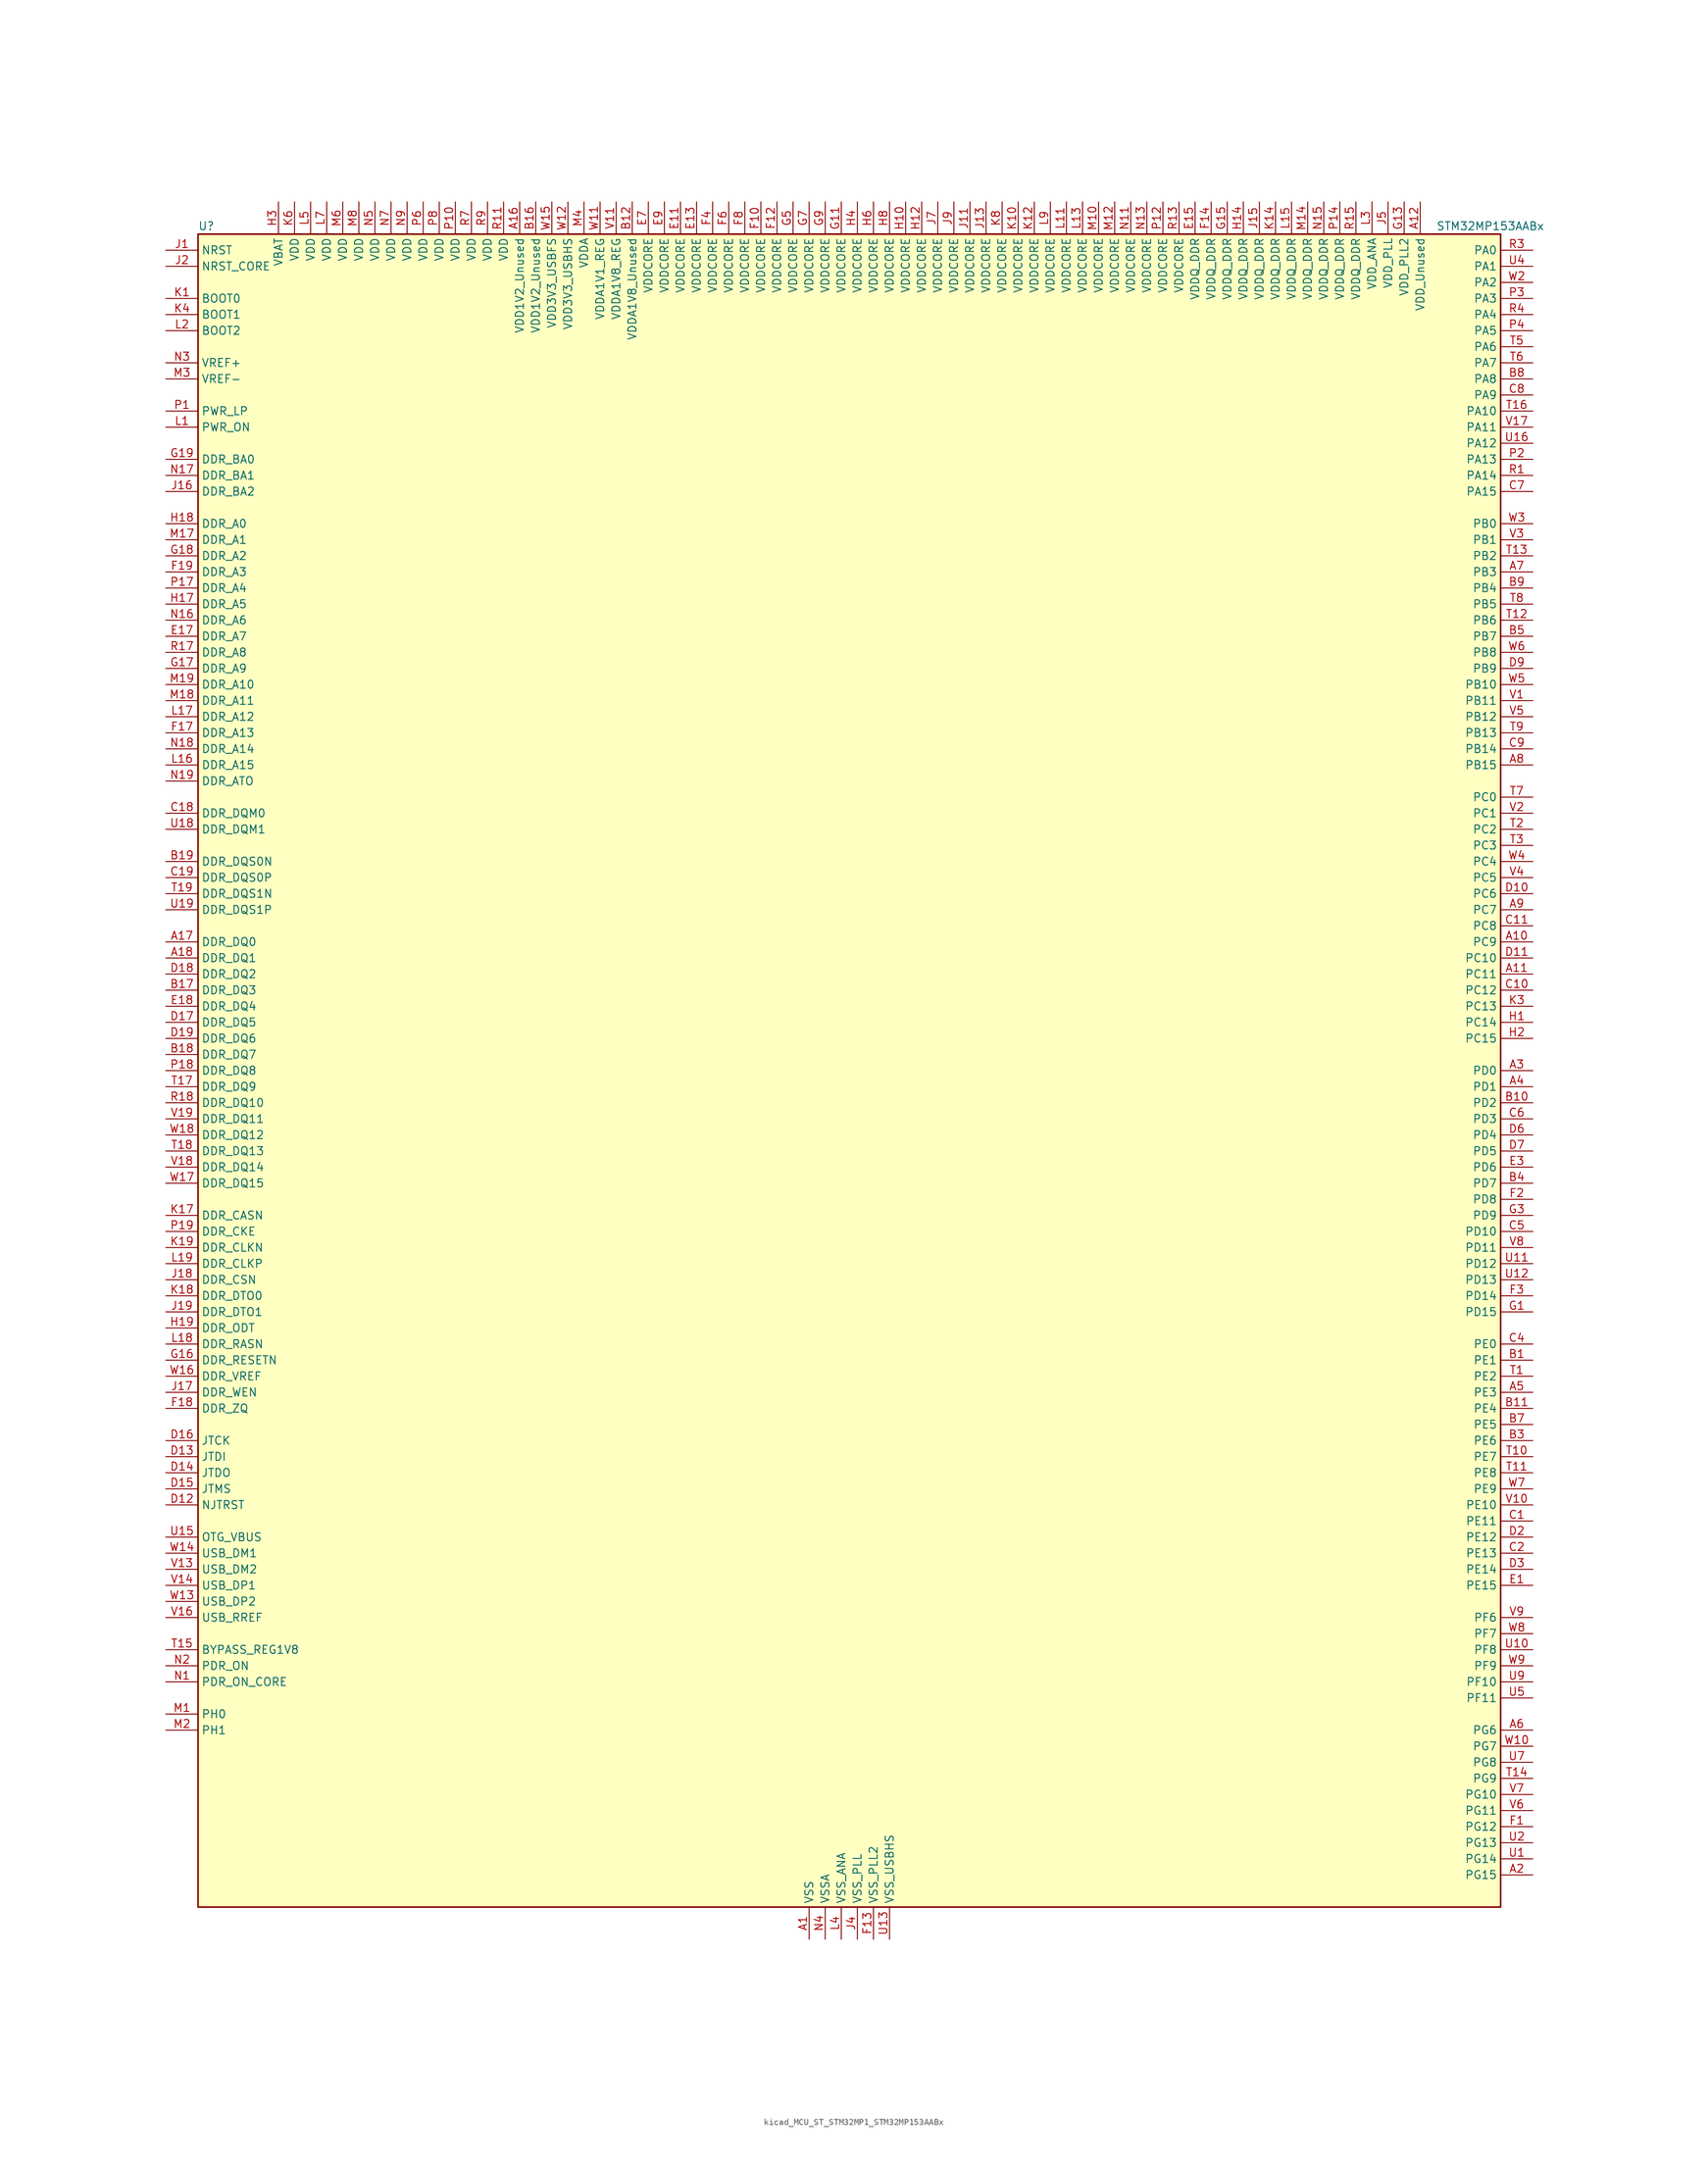
<source format=kicad_sym>
(kicad_symbol_lib
  (version 20220914)
  (generator kicad_symbol_editor)
  (symbol "kicad_MCU_ST_STM32MP1_STM32MP153AABx"
    (property "Reference" "U"
      (at -101.6 133.35 0)
      (effects (font (size 1.27 1.27)) (justify left)))
    (property "Value" "STM32MP153AABx"
      (at 93.98 133.35 0)
      (effects (font (size 1.27 1.27)) (justify left)))
    (property "ki_locked" ""
      (at 0 0 0)
      (effects (font (size 1.27 1.27))))
    (symbol "kicad_MCU_ST_STM32MP1_STM32MP153AABx_0_1"
      (rectangle (start -101.6 -132.08) (end 104.14 132.08) (stroke (width 0.254) (type default)) (fill (type background))))
    (symbol "kicad_MCU_ST_STM32MP1_STM32MP153AABx_1_1"
      (pin power_in line (at -5.08 -137.16 90) (length 5.08) (name "VSS" (effects (font (size 1.27 1.27)))) (number "A1" (effects (font (size 1.27 1.27)))))
      (pin bidirectional line (at 109.22 20.32 180) (length 5.08) (name "PC9" (effects (font (size 1.27 1.27)))) (number "A10" (effects (font (size 1.27 1.27)))) (alternate "DAC1_EXTI9" bidirectional line) (alternate "DCMI_D3" bidirectional line) (alternate "DEBUG_TRACED1" bidirectional line) (alternate "I2C3_SDA" bidirectional line) (alternate "I2S_CKIN" bidirectional line) (alternate "LTDC_B2" bidirectional line) (alternate "QUADSPI_BK1_IO0" bidirectional line) (alternate "SDMMC1_D1" bidirectional line) (alternate "TIM3_CH4" bidirectional line) (alternate "TIM8_CH4" bidirectional line) (alternate "UART5_CTS" bidirectional line))
      (pin bidirectional line (at 109.22 15.24 180) (length 5.08) (name "PC11" (effects (font (size 1.27 1.27)))) (number "A11" (effects (font (size 1.27 1.27)))) (alternate "ADC1_EXTI11" bidirectional line) (alternate "ADC2_EXTI11" bidirectional line) (alternate "DCMI_D4" bidirectional line) (alternate "DEBUG_TRACED3" bidirectional line) (alternate "DFSDM1_DATIN5" bidirectional line) (alternate "I2S3_SDI" bidirectional line) (alternate "QUADSPI_BK2_NCS" bidirectional line) (alternate "SAI4_SCK_B" bidirectional line) (alternate "SDMMC1_D3" bidirectional line) (alternate "SPI3_MISO" bidirectional line) (alternate "UART4_RX" bidirectional line) (alternate "USART3_RX" bidirectional line))
      (pin power_in line (at 91.44 137.16 270) (length 5.08) (name "VDD_Unused" (effects (font (size 1.27 1.27)))) (number "A12" (effects (font (size 1.27 1.27)))))
      (pin no_connect line (at -101.6 -132.08 0) (length 5.08) hide (name "DNU" (effects (font (size 1.27 1.27)))) (number "A13" (effects (font (size 1.27 1.27)))))
      (pin no_connect line (at -101.6 -129.54 0) (length 5.08) hide (name "DNU" (effects (font (size 1.27 1.27)))) (number "A14" (effects (font (size 1.27 1.27)))))
      (pin no_connect line (at -101.6 -127 0) (length 5.08) hide (name "DNU" (effects (font (size 1.27 1.27)))) (number "A15" (effects (font (size 1.27 1.27)))))
      (pin power_in line (at -50.8 137.16 270) (length 5.08) (name "VDD1V2_Unused" (effects (font (size 1.27 1.27)))) (number "A16" (effects (font (size 1.27 1.27)))))
      (pin bidirectional line (at -106.68 20.32 0) (length 5.08) (name "DDR_DQ0" (effects (font (size 1.27 1.27)))) (number "A17" (effects (font (size 1.27 1.27)))) (alternate "DDR_DQ0" bidirectional line))
      (pin bidirectional line (at -106.68 17.78 0) (length 5.08) (name "DDR_DQ1" (effects (font (size 1.27 1.27)))) (number "A18" (effects (font (size 1.27 1.27)))) (alternate "DDR_DQ1" bidirectional line))
      (pin passive line (at -5.08 -137.16 90) (length 5.08) hide (name "VSS" (effects (font (size 1.27 1.27)))) (number "A19" (effects (font (size 1.27 1.27)))))
      (pin bidirectional line (at 109.22 -127 180) (length 5.08) (name "PG15" (effects (font (size 1.27 1.27)))) (number "A2" (effects (font (size 1.27 1.27)))) (alternate "ADC1_EXTI15" bidirectional line) (alternate "ADC2_EXTI15" bidirectional line) (alternate "DCMI_D13" bidirectional line) (alternate "DEBUG_TRACED7" bidirectional line) (alternate "I2C2_SDA" bidirectional line) (alternate "SAI1_D2" bidirectional line) (alternate "SAI1_FS_A" bidirectional line) (alternate "SDMMC3_CK" bidirectional line) (alternate "USART6_CTS" bidirectional line) (alternate "USART6_NSS" bidirectional line))
      (pin bidirectional line (at 109.22 0 180) (length 5.08) (name "PD0" (effects (font (size 1.27 1.27)))) (number "A3" (effects (font (size 1.27 1.27)))) (alternate "DFSDM1_CKIN6" bidirectional line) (alternate "DFSDM1_DATIN7" bidirectional line) (alternate "FDCAN1_RX" bidirectional line) (alternate "FMC_D2" bidirectional line) (alternate "FMC_DA2" bidirectional line) (alternate "I2C5_SDA" bidirectional line) (alternate "I2C6_SDA" bidirectional line) (alternate "SAI3_SCK_A" bidirectional line) (alternate "SDMMC3_CMD" bidirectional line) (alternate "UART4_RX" bidirectional line))
      (pin bidirectional line (at 109.22 -2.54 180) (length 5.08) (name "PD1" (effects (font (size 1.27 1.27)))) (number "A4" (effects (font (size 1.27 1.27)))) (alternate "DFSDM1_CKIN7" bidirectional line) (alternate "DFSDM1_DATIN6" bidirectional line) (alternate "FDCAN1_TX" bidirectional line) (alternate "FMC_D3" bidirectional line) (alternate "FMC_DA3" bidirectional line) (alternate "I2C5_SCL" bidirectional line) (alternate "I2C6_SCL" bidirectional line) (alternate "SAI3_SD_A" bidirectional line) (alternate "SDMMC3_D0" bidirectional line) (alternate "UART4_TX" bidirectional line))
      (pin bidirectional line (at 109.22 -50.8 180) (length 5.08) (name "PE3" (effects (font (size 1.27 1.27)))) (number "A5" (effects (font (size 1.27 1.27)))) (alternate "DEBUG_TRACED0" bidirectional line) (alternate "FMC_A19" bidirectional line) (alternate "SAI1_SD_B" bidirectional line) (alternate "SDMMC2_CK" bidirectional line) (alternate "TIM15_BKIN" bidirectional line))
      (pin bidirectional line (at 109.22 -104.14 180) (length 5.08) (name "PG6" (effects (font (size 1.27 1.27)))) (number "A6" (effects (font (size 1.27 1.27)))) (alternate "DCMI_D12" bidirectional line) (alternate "DEBUG_TRACED14" bidirectional line) (alternate "LTDC_R7" bidirectional line) (alternate "SDMMC2_CMD" bidirectional line) (alternate "TIM17_BKIN" bidirectional line))
      (pin bidirectional line (at 109.22 78.74 180) (length 5.08) (name "PB3" (effects (font (size 1.27 1.27)))) (number "A7" (effects (font (size 1.27 1.27)))) (alternate "DEBUG_TRACED9" bidirectional line) (alternate "I2S1_CK" bidirectional line) (alternate "I2S3_CK" bidirectional line) (alternate "SAI4_CK1" bidirectional line) (alternate "SAI4_MCLK_A" bidirectional line) (alternate "SDMMC2_D2" bidirectional line) (alternate "SPI1_SCK" bidirectional line) (alternate "SPI3_SCK" bidirectional line) (alternate "SPI6_SCK" bidirectional line) (alternate "TIM2_CH2" bidirectional line) (alternate "UART7_RX" bidirectional line))
      (pin bidirectional line (at 109.22 48.26 180) (length 5.08) (name "PB15" (effects (font (size 1.27 1.27)))) (number "A8" (effects (font (size 1.27 1.27)))) (alternate "ADC1_EXTI15" bidirectional line) (alternate "ADC2_EXTI15" bidirectional line) (alternate "DFSDM1_CKIN2" bidirectional line) (alternate "I2S2_SDO" bidirectional line) (alternate "RTC_REFIN" bidirectional line) (alternate "SDMMC2_D1" bidirectional line) (alternate "SPI2_MOSI" bidirectional line) (alternate "TIM12_CH2" bidirectional line) (alternate "TIM1_CH3N" bidirectional line) (alternate "TIM8_CH3N" bidirectional line) (alternate "USART1_RX" bidirectional line))
      (pin bidirectional line (at 109.22 25.4 180) (length 5.08) (name "PC7" (effects (font (size 1.27 1.27)))) (number "A9" (effects (font (size 1.27 1.27)))) (alternate "DCMI_D1" bidirectional line) (alternate "DFSDM1_DATIN3" bidirectional line) (alternate "HDP_HDP4" bidirectional line) (alternate "I2S3_MCK" bidirectional line) (alternate "LTDC_G6" bidirectional line) (alternate "SDMMC1_D123DIR" bidirectional line) (alternate "SDMMC1_D7" bidirectional line) (alternate "SDMMC2_D123DIR" bidirectional line) (alternate "SDMMC2_D7" bidirectional line) (alternate "TIM3_CH2" bidirectional line) (alternate "TIM8_CH2" bidirectional line) (alternate "USART6_RX" bidirectional line))
      (pin bidirectional line (at 109.22 -45.72 180) (length 5.08) (name "PE1" (effects (font (size 1.27 1.27)))) (number "B1" (effects (font (size 1.27 1.27)))) (alternate "DCMI_D3" bidirectional line) (alternate "FMC_NBL1" bidirectional line) (alternate "I2S2_MCK" bidirectional line) (alternate "LPTIM1_IN2" bidirectional line) (alternate "SAI3_SD_B" bidirectional line) (alternate "UART8_TX" bidirectional line))
      (pin bidirectional line (at 109.22 -5.08 180) (length 5.08) (name "PD2" (effects (font (size 1.27 1.27)))) (number "B10" (effects (font (size 1.27 1.27)))) (alternate "DCMI_D11" bidirectional line) (alternate "I2C5_SMBA" bidirectional line) (alternate "SDMMC1_CMD" bidirectional line) (alternate "TIM3_ETR" bidirectional line) (alternate "UART4_RX" bidirectional line) (alternate "UART5_RX" bidirectional line))
      (pin bidirectional line (at 109.22 -53.34 180) (length 5.08) (name "PE4" (effects (font (size 1.27 1.27)))) (number "B11" (effects (font (size 1.27 1.27)))) (alternate "DCMI_D4" bidirectional line) (alternate "DEBUG_TRACED1" bidirectional line) (alternate "DFSDM1_DATIN3" bidirectional line) (alternate "FMC_A20" bidirectional line) (alternate "LTDC_B0" bidirectional line) (alternate "SAI1_D2" bidirectional line) (alternate "SAI1_FS_A" bidirectional line) (alternate "SDMMC1_CKIN" bidirectional line) (alternate "SDMMC1_D4" bidirectional line) (alternate "SDMMC2_CKIN" bidirectional line) (alternate "SDMMC2_D4" bidirectional line) (alternate "SPI4_NSS" bidirectional line) (alternate "TIM15_CH1N" bidirectional line))
      (pin power_in line (at -33.02 137.16 270) (length 5.08) (name "VDDA1V8_Unused" (effects (font (size 1.27 1.27)))) (number "B12" (effects (font (size 1.27 1.27)))))
      (pin no_connect line (at -101.6 -124.46 0) (length 5.08) hide (name "DNU" (effects (font (size 1.27 1.27)))) (number "B13" (effects (font (size 1.27 1.27)))))
      (pin no_connect line (at -101.6 -121.92 0) (length 5.08) hide (name "DNU" (effects (font (size 1.27 1.27)))) (number "B14" (effects (font (size 1.27 1.27)))))
      (pin no_connect line (at -101.6 -119.38 0) (length 5.08) hide (name "DNU" (effects (font (size 1.27 1.27)))) (number "B15" (effects (font (size 1.27 1.27)))))
      (pin power_in line (at -48.26 137.16 270) (length 5.08) (name "VDD1V2_Unused" (effects (font (size 1.27 1.27)))) (number "B16" (effects (font (size 1.27 1.27)))))
      (pin bidirectional line (at -106.68 12.7 0) (length 5.08) (name "DDR_DQ3" (effects (font (size 1.27 1.27)))) (number "B17" (effects (font (size 1.27 1.27)))) (alternate "DDR_DQ3" bidirectional line))
      (pin bidirectional line (at -106.68 2.54 0) (length 5.08) (name "DDR_DQ7" (effects (font (size 1.27 1.27)))) (number "B18" (effects (font (size 1.27 1.27)))) (alternate "DDR_DQ7" bidirectional line))
      (pin bidirectional line (at -106.68 33.02 0) (length 5.08) (name "DDR_DQS0N" (effects (font (size 1.27 1.27)))) (number "B19" (effects (font (size 1.27 1.27)))) (alternate "DDR_DQS0N" bidirectional line))
      (pin passive line (at -5.08 -137.16 90) (length 5.08) hide (name "VSS" (effects (font (size 1.27 1.27)))) (number "B2" (effects (font (size 1.27 1.27)))))
      (pin bidirectional line (at 109.22 -58.42 180) (length 5.08) (name "PE6" (effects (font (size 1.27 1.27)))) (number "B3" (effects (font (size 1.27 1.27)))) (alternate "DCMI_D7" bidirectional line) (alternate "DEBUG_TRACED2" bidirectional line) (alternate "FMC_A22" bidirectional line) (alternate "LTDC_G1" bidirectional line) (alternate "SAI1_D1" bidirectional line) (alternate "SAI1_SD_A" bidirectional line) (alternate "SAI2_MCLK_B" bidirectional line) (alternate "SDMMC1_D2" bidirectional line) (alternate "SDMMC2_D0" bidirectional line) (alternate "SPI4_MOSI" bidirectional line) (alternate "TIM15_CH2" bidirectional line) (alternate "TIM1_BKIN2" bidirectional line))
      (pin bidirectional line (at 109.22 -17.78 180) (length 5.08) (name "PD7" (effects (font (size 1.27 1.27)))) (number "B4" (effects (font (size 1.27 1.27)))) (alternate "DEBUG_TRACED6" bidirectional line) (alternate "DFSDM1_CKIN1" bidirectional line) (alternate "DFSDM1_DATIN4" bidirectional line) (alternate "FMC_NE1" bidirectional line) (alternate "I2C2_SCL" bidirectional line) (alternate "SDMMC3_D3" bidirectional line) (alternate "SPDIFRX_IN0" bidirectional line) (alternate "USART2_CK" bidirectional line))
      (pin bidirectional line (at 109.22 68.58 180) (length 5.08) (name "PB7" (effects (font (size 1.27 1.27)))) (number "B5" (effects (font (size 1.27 1.27)))) (alternate "DCMI_VSYNC" bidirectional line) (alternate "DFSDM1_CKIN5" bidirectional line) (alternate "FMC_NL" bidirectional line) (alternate "I2C1_SDA" bidirectional line) (alternate "I2C4_SDA" bidirectional line) (alternate "SDMMC2_D1" bidirectional line) (alternate "TIM17_CH1N" bidirectional line) (alternate "TIM4_CH2" bidirectional line) (alternate "USART1_RX" bidirectional line))
      (pin passive line (at -5.08 -137.16 90) (length 5.08) hide (name "VSS" (effects (font (size 1.27 1.27)))) (number "B6" (effects (font (size 1.27 1.27)))))
      (pin bidirectional line (at 109.22 -55.88 180) (length 5.08) (name "PE5" (effects (font (size 1.27 1.27)))) (number "B7" (effects (font (size 1.27 1.27)))) (alternate "DCMI_D6" bidirectional line) (alternate "DEBUG_TRACED3" bidirectional line) (alternate "DFSDM1_CKIN3" bidirectional line) (alternate "FMC_A21" bidirectional line) (alternate "LTDC_G0" bidirectional line) (alternate "SAI1_CK2" bidirectional line) (alternate "SAI1_SCK_A" bidirectional line) (alternate "SDMMC1_D0DIR" bidirectional line) (alternate "SDMMC1_D6" bidirectional line) (alternate "SDMMC2_D0DIR" bidirectional line) (alternate "SDMMC2_D6" bidirectional line) (alternate "SPI4_MISO" bidirectional line) (alternate "TIM15_CH1" bidirectional line))
      (pin bidirectional line (at 109.22 109.22 180) (length 5.08) (name "PA8" (effects (font (size 1.27 1.27)))) (number "B8" (effects (font (size 1.27 1.27)))) (alternate "I2C3_SCL" bidirectional line) (alternate "I2S3_SDO" bidirectional line) (alternate "LTDC_R6" bidirectional line) (alternate "RCC_MCO_1" bidirectional line) (alternate "SAI4_SD_B" bidirectional line) (alternate "SDMMC2_CKIN" bidirectional line) (alternate "SDMMC2_D4" bidirectional line) (alternate "SPI3_MOSI" bidirectional line) (alternate "TIM1_CH1" bidirectional line) (alternate "TIM8_BKIN2" bidirectional line) (alternate "UART7_RX" bidirectional line) (alternate "USART1_CK" bidirectional line) (alternate "USB_OTG_HS_SOF" bidirectional line))
      (pin bidirectional line (at 109.22 76.2 180) (length 5.08) (name "PB4" (effects (font (size 1.27 1.27)))) (number "B9" (effects (font (size 1.27 1.27)))) (alternate "DEBUG_TRACED8" bidirectional line) (alternate "I2S1_SDI" bidirectional line) (alternate "I2S2_WS" bidirectional line) (alternate "I2S3_SDI" bidirectional line) (alternate "SAI4_CK2" bidirectional line) (alternate "SAI4_SCK_A" bidirectional line) (alternate "SDMMC2_D3" bidirectional line) (alternate "SPI1_MISO" bidirectional line) (alternate "SPI2_NSS" bidirectional line) (alternate "SPI3_MISO" bidirectional line) (alternate "SPI6_MISO" bidirectional line) (alternate "TIM16_BKIN" bidirectional line) (alternate "TIM3_CH1" bidirectional line) (alternate "UART7_TX" bidirectional line))
      (pin bidirectional line (at 109.22 -71.12 180) (length 5.08) (name "PE11" (effects (font (size 1.27 1.27)))) (number "C1" (effects (font (size 1.27 1.27)))) (alternate "ADC1_EXTI11" bidirectional line) (alternate "ADC2_EXTI11" bidirectional line) (alternate "DCMI_D4" bidirectional line) (alternate "DFSDM1_CKIN4" bidirectional line) (alternate "FMC_D8" bidirectional line) (alternate "FMC_DA8" bidirectional line) (alternate "LTDC_G3" bidirectional line) (alternate "SAI2_SD_B" bidirectional line) (alternate "SPI4_NSS" bidirectional line) (alternate "TIM1_CH2" bidirectional line) (alternate "USART6_CK" bidirectional line))
      (pin bidirectional line (at 109.22 12.7 180) (length 5.08) (name "PC12" (effects (font (size 1.27 1.27)))) (number "C10" (effects (font (size 1.27 1.27)))) (alternate "DCMI_D9" bidirectional line) (alternate "DEBUG_TRACECLK" bidirectional line) (alternate "I2S3_SDO" bidirectional line) (alternate "RCC_MCO_2" bidirectional line) (alternate "SAI4_D3" bidirectional line) (alternate "SAI4_SD_B" bidirectional line) (alternate "SDMMC1_CK" bidirectional line) (alternate "SPI3_MOSI" bidirectional line) (alternate "UART5_TX" bidirectional line) (alternate "USART3_CK" bidirectional line))
      (pin bidirectional line (at 109.22 22.86 180) (length 5.08) (name "PC8" (effects (font (size 1.27 1.27)))) (number "C11" (effects (font (size 1.27 1.27)))) (alternate "DCMI_D2" bidirectional line) (alternate "DEBUG_TRACED0" bidirectional line) (alternate "SDMMC1_D0" bidirectional line) (alternate "TIM3_CH3" bidirectional line) (alternate "TIM8_CH3" bidirectional line) (alternate "UART4_TX" bidirectional line) (alternate "UART5_DE" bidirectional line) (alternate "UART5_RTS" bidirectional line) (alternate "USART6_CK" bidirectional line))
      (pin passive line (at -5.08 -137.16 90) (length 5.08) hide (name "VSS" (effects (font (size 1.27 1.27)))) (number "C12" (effects (font (size 1.27 1.27)))))
      (pin passive line (at -5.08 -137.16 90) (length 5.08) hide (name "VSS" (effects (font (size 1.27 1.27)))) (number "C13" (effects (font (size 1.27 1.27)))))
      (pin passive line (at -5.08 -137.16 90) (length 5.08) hide (name "VSS" (effects (font (size 1.27 1.27)))) (number "C14" (effects (font (size 1.27 1.27)))))
      (pin passive line (at -5.08 -137.16 90) (length 5.08) hide (name "VSS" (effects (font (size 1.27 1.27)))) (number "C15" (effects (font (size 1.27 1.27)))))
      (pin passive line (at -5.08 -137.16 90) (length 5.08) hide (name "VSS" (effects (font (size 1.27 1.27)))) (number "C16" (effects (font (size 1.27 1.27)))))
      (pin passive line (at -5.08 -137.16 90) (length 5.08) hide (name "VSS" (effects (font (size 1.27 1.27)))) (number "C17" (effects (font (size 1.27 1.27)))))
      (pin bidirectional line (at -106.68 40.64 0) (length 5.08) (name "DDR_DQM0" (effects (font (size 1.27 1.27)))) (number "C18" (effects (font (size 1.27 1.27)))) (alternate "DDR_DQM0" bidirectional line))
      (pin bidirectional line (at -106.68 30.48 0) (length 5.08) (name "DDR_DQS0P" (effects (font (size 1.27 1.27)))) (number "C19" (effects (font (size 1.27 1.27)))) (alternate "DDR_DQS0P" bidirectional line))
      (pin bidirectional line (at 109.22 -76.2 180) (length 5.08) (name "PE13" (effects (font (size 1.27 1.27)))) (number "C2" (effects (font (size 1.27 1.27)))) (alternate "DCMI_D6" bidirectional line) (alternate "DFSDM1_CKIN5" bidirectional line) (alternate "FMC_D10" bidirectional line) (alternate "FMC_DA10" bidirectional line) (alternate "HDP_HDP2" bidirectional line) (alternate "LTDC_DE" bidirectional line) (alternate "SAI2_FS_B" bidirectional line) (alternate "SPI4_MISO" bidirectional line) (alternate "TIM1_CH3" bidirectional line))
      (pin passive line (at -5.08 -137.16 90) (length 5.08) hide (name "VSS" (effects (font (size 1.27 1.27)))) (number "C3" (effects (font (size 1.27 1.27)))))
      (pin bidirectional line (at 109.22 -43.18 180) (length 5.08) (name "PE0" (effects (font (size 1.27 1.27)))) (number "C4" (effects (font (size 1.27 1.27)))) (alternate "DCMI_D2" bidirectional line) (alternate "FMC_NBL0" bidirectional line) (alternate "I2S3_CK" bidirectional line) (alternate "LPTIM1_ETR" bidirectional line) (alternate "LPTIM2_ETR" bidirectional line) (alternate "SAI2_MCLK_A" bidirectional line) (alternate "SAI4_MCLK_B" bidirectional line) (alternate "SPI3_SCK" bidirectional line) (alternate "TIM4_ETR" bidirectional line) (alternate "UART8_RX" bidirectional line))
      (pin bidirectional line (at 109.22 -25.4 180) (length 5.08) (name "PD10" (effects (font (size 1.27 1.27)))) (number "C5" (effects (font (size 1.27 1.27)))) (alternate "DFSDM1_CKOUT" bidirectional line) (alternate "FMC_D15" bidirectional line) (alternate "FMC_DA15" bidirectional line) (alternate "I2C5_SMBA" bidirectional line) (alternate "I2S3_SDI" bidirectional line) (alternate "LTDC_B3" bidirectional line) (alternate "RTC_REFIN" bidirectional line) (alternate "SAI3_FS_B" bidirectional line) (alternate "SPI3_MISO" bidirectional line) (alternate "TIM16_BKIN" bidirectional line) (alternate "USART3_CK" bidirectional line))
      (pin bidirectional line (at 109.22 -7.62 180) (length 5.08) (name "PD3" (effects (font (size 1.27 1.27)))) (number "C6" (effects (font (size 1.27 1.27)))) (alternate "DCMI_D5" bidirectional line) (alternate "DFSDM1_CKOUT" bidirectional line) (alternate "DFSDM1_DATIN0" bidirectional line) (alternate "FMC_CLK" bidirectional line) (alternate "HDP_HDP5" bidirectional line) (alternate "I2S2_CK" bidirectional line) (alternate "LTDC_G7" bidirectional line) (alternate "SDMMC1_D123DIR" bidirectional line) (alternate "SDMMC1_D7" bidirectional line) (alternate "SDMMC2_D123DIR" bidirectional line) (alternate "SDMMC2_D7" bidirectional line) (alternate "SPI2_SCK" bidirectional line) (alternate "USART2_CTS" bidirectional line) (alternate "USART2_NSS" bidirectional line))
      (pin bidirectional line (at 109.22 91.44 180) (length 5.08) (name "PA15" (effects (font (size 1.27 1.27)))) (number "C7" (effects (font (size 1.27 1.27)))) (alternate "ADC1_EXTI15" bidirectional line) (alternate "ADC2_EXTI15" bidirectional line) (alternate "CEC" bidirectional line) (alternate "DEBUG_DBTRGI" bidirectional line) (alternate "I2S1_WS" bidirectional line) (alternate "I2S3_WS" bidirectional line) (alternate "LTDC_R1" bidirectional line) (alternate "SAI4_D2" bidirectional line) (alternate "SAI4_FS_A" bidirectional line) (alternate "SDMMC1_CDIR" bidirectional line) (alternate "SDMMC1_D5" bidirectional line) (alternate "SDMMC2_CDIR" bidirectional line) (alternate "SDMMC2_D5" bidirectional line) (alternate "SPI1_NSS" bidirectional line) (alternate "SPI3_NSS" bidirectional line) (alternate "SPI6_NSS" bidirectional line) (alternate "TIM2_CH1" bidirectional line) (alternate "TIM2_ETR" bidirectional line) (alternate "UART4_DE" bidirectional line) (alternate "UART4_RTS" bidirectional line) (alternate "UART7_TX" bidirectional line))
      (pin bidirectional line (at 109.22 106.68 180) (length 5.08) (name "PA9" (effects (font (size 1.27 1.27)))) (number "C8" (effects (font (size 1.27 1.27)))) (alternate "DAC1_EXTI9" bidirectional line) (alternate "DCMI_D0" bidirectional line) (alternate "I2C3_SMBA" bidirectional line) (alternate "I2S2_CK" bidirectional line) (alternate "LTDC_R5" bidirectional line) (alternate "SDMMC2_CDIR" bidirectional line) (alternate "SDMMC2_D5" bidirectional line) (alternate "SPI2_SCK" bidirectional line) (alternate "TIM1_CH2" bidirectional line) (alternate "USART1_TX" bidirectional line))
      (pin bidirectional line (at 109.22 50.8 180) (length 5.08) (name "PB14" (effects (font (size 1.27 1.27)))) (number "C9" (effects (font (size 1.27 1.27)))) (alternate "DFSDM1_DATIN2" bidirectional line) (alternate "I2S2_SDI" bidirectional line) (alternate "SDMMC2_D0" bidirectional line) (alternate "SPI2_MISO" bidirectional line) (alternate "TIM12_CH1" bidirectional line) (alternate "TIM1_CH2N" bidirectional line) (alternate "TIM8_CH2N" bidirectional line) (alternate "USART1_TX" bidirectional line) (alternate "USART3_DE" bidirectional line) (alternate "USART3_RTS" bidirectional line))
      (pin passive line (at -5.08 -137.16 90) (length 5.08) hide (name "VSS" (effects (font (size 1.27 1.27)))) (number "D1" (effects (font (size 1.27 1.27)))))
      (pin bidirectional line (at 109.22 27.94 180) (length 5.08) (name "PC6" (effects (font (size 1.27 1.27)))) (number "D10" (effects (font (size 1.27 1.27)))) (alternate "DCMI_D0" bidirectional line) (alternate "DFSDM1_CKIN3" bidirectional line) (alternate "HDP_HDP1" bidirectional line) (alternate "I2S2_MCK" bidirectional line) (alternate "LTDC_HSYNC" bidirectional line) (alternate "SDMMC1_D0DIR" bidirectional line) (alternate "SDMMC1_D6" bidirectional line) (alternate "SDMMC2_D0DIR" bidirectional line) (alternate "SDMMC2_D6" bidirectional line) (alternate "TIM3_CH1" bidirectional line) (alternate "TIM8_CH1" bidirectional line) (alternate "USART6_TX" bidirectional line))
      (pin bidirectional line (at 109.22 17.78 180) (length 5.08) (name "PC10" (effects (font (size 1.27 1.27)))) (number "D11" (effects (font (size 1.27 1.27)))) (alternate "DCMI_D8" bidirectional line) (alternate "DEBUG_TRACED2" bidirectional line) (alternate "DFSDM1_CKIN5" bidirectional line) (alternate "I2S3_CK" bidirectional line) (alternate "LTDC_R2" bidirectional line) (alternate "QUADSPI_BK1_IO1" bidirectional line) (alternate "SAI4_MCLK_B" bidirectional line) (alternate "SDMMC1_D2" bidirectional line) (alternate "SPI3_SCK" bidirectional line) (alternate "UART4_TX" bidirectional line) (alternate "USART3_TX" bidirectional line))
      (pin bidirectional line (at -106.68 -68.58 0) (length 5.08) (name "NJTRST" (effects (font (size 1.27 1.27)))) (number "D12" (effects (font (size 1.27 1.27)))) (alternate "DEBUG_JTRST" bidirectional line))
      (pin bidirectional line (at -106.68 -60.96 0) (length 5.08) (name "JTDI" (effects (font (size 1.27 1.27)))) (number "D13" (effects (font (size 1.27 1.27)))) (alternate "DEBUG_JTDI" bidirectional line))
      (pin bidirectional line (at -106.68 -63.5 0) (length 5.08) (name "JTDO" (effects (font (size 1.27 1.27)))) (number "D14" (effects (font (size 1.27 1.27)))) (alternate "DEBUG_JTDO-SWO" bidirectional line))
      (pin bidirectional line (at -106.68 -66.04 0) (length 5.08) (name "JTMS" (effects (font (size 1.27 1.27)))) (number "D15" (effects (font (size 1.27 1.27)))) (alternate "DEBUG_JTMS-SWDIO" bidirectional line))
      (pin bidirectional line (at -106.68 -58.42 0) (length 5.08) (name "JTCK" (effects (font (size 1.27 1.27)))) (number "D16" (effects (font (size 1.27 1.27)))) (alternate "DEBUG_JTCK-SWCLK" bidirectional line))
      (pin bidirectional line (at -106.68 7.62 0) (length 5.08) (name "DDR_DQ5" (effects (font (size 1.27 1.27)))) (number "D17" (effects (font (size 1.27 1.27)))) (alternate "DDR_DQ5" bidirectional line))
      (pin bidirectional line (at -106.68 15.24 0) (length 5.08) (name "DDR_DQ2" (effects (font (size 1.27 1.27)))) (number "D18" (effects (font (size 1.27 1.27)))) (alternate "DDR_DQ2" bidirectional line))
      (pin bidirectional line (at -106.68 5.08 0) (length 5.08) (name "DDR_DQ6" (effects (font (size 1.27 1.27)))) (number "D19" (effects (font (size 1.27 1.27)))) (alternate "DDR_DQ6" bidirectional line))
      (pin bidirectional line (at 109.22 -73.66 180) (length 5.08) (name "PE12" (effects (font (size 1.27 1.27)))) (number "D2" (effects (font (size 1.27 1.27)))) (alternate "DFSDM1_DATIN5" bidirectional line) (alternate "FMC_D9" bidirectional line) (alternate "FMC_DA9" bidirectional line) (alternate "LTDC_B4" bidirectional line) (alternate "SAI2_SCK_B" bidirectional line) (alternate "SDMMC1_D0DIR" bidirectional line) (alternate "SPI4_SCK" bidirectional line) (alternate "TIM1_CH3N" bidirectional line))
      (pin bidirectional line (at 109.22 -78.74 180) (length 5.08) (name "PE14" (effects (font (size 1.27 1.27)))) (number "D3" (effects (font (size 1.27 1.27)))) (alternate "FMC_D11" bidirectional line) (alternate "FMC_DA11" bidirectional line) (alternate "LTDC_CLK" bidirectional line) (alternate "LTDC_G0" bidirectional line) (alternate "SAI2_MCLK_B" bidirectional line) (alternate "SDMMC1_D123DIR" bidirectional line) (alternate "SPI4_MOSI" bidirectional line) (alternate "TIM1_CH4" bidirectional line) (alternate "UART8_DE" bidirectional line) (alternate "UART8_RTS" bidirectional line))
      (pin passive line (at -5.08 -137.16 90) (length 5.08) hide (name "VSS" (effects (font (size 1.27 1.27)))) (number "D4" (effects (font (size 1.27 1.27)))))
      (pin passive line (at -5.08 -137.16 90) (length 5.08) hide (name "VSS" (effects (font (size 1.27 1.27)))) (number "D5" (effects (font (size 1.27 1.27)))))
      (pin bidirectional line (at 109.22 -10.16 180) (length 5.08) (name "PD4" (effects (font (size 1.27 1.27)))) (number "D6" (effects (font (size 1.27 1.27)))) (alternate "DFSDM1_CKIN0" bidirectional line) (alternate "FMC_NOE" bidirectional line) (alternate "SAI3_FS_A" bidirectional line) (alternate "SDMMC3_D1" bidirectional line) (alternate "USART2_DE" bidirectional line) (alternate "USART2_RTS" bidirectional line))
      (pin bidirectional line (at 109.22 -12.7 180) (length 5.08) (name "PD5" (effects (font (size 1.27 1.27)))) (number "D7" (effects (font (size 1.27 1.27)))) (alternate "FMC_NWE" bidirectional line) (alternate "SDMMC3_D2" bidirectional line) (alternate "USART2_TX" bidirectional line))
      (pin passive line (at -5.08 -137.16 90) (length 5.08) hide (name "VSS" (effects (font (size 1.27 1.27)))) (number "D8" (effects (font (size 1.27 1.27)))))
      (pin bidirectional line (at 109.22 63.5 180) (length 5.08) (name "PB9" (effects (font (size 1.27 1.27)))) (number "D9" (effects (font (size 1.27 1.27)))) (alternate "DAC1_EXTI9" bidirectional line) (alternate "DCMI_D7" bidirectional line) (alternate "DFSDM1_DATIN7" bidirectional line) (alternate "FDCAN1_TX" bidirectional line) (alternate "HDP_HDP7" bidirectional line) (alternate "I2C1_SDA" bidirectional line) (alternate "I2C4_SDA" bidirectional line) (alternate "I2S2_WS" bidirectional line) (alternate "LTDC_B7" bidirectional line) (alternate "SDMMC1_CDIR" bidirectional line) (alternate "SDMMC1_D5" bidirectional line) (alternate "SDMMC2_CDIR" bidirectional line) (alternate "SDMMC2_D5" bidirectional line) (alternate "SPI2_NSS" bidirectional line) (alternate "TIM17_CH1" bidirectional line) (alternate "TIM4_CH4" bidirectional line) (alternate "UART4_TX" bidirectional line))
      (pin bidirectional line (at 109.22 -81.28 180) (length 5.08) (name "PE15" (effects (font (size 1.27 1.27)))) (number "E1" (effects (font (size 1.27 1.27)))) (alternate "ADC1_EXTI15" bidirectional line) (alternate "ADC2_EXTI15" bidirectional line) (alternate "FMC_D12" bidirectional line) (alternate "FMC_DA12" bidirectional line) (alternate "FMC_NCE2" bidirectional line) (alternate "HDP_HDP3" bidirectional line) (alternate "LTDC_R7" bidirectional line) (alternate "TIM15_BKIN" bidirectional line) (alternate "TIM1_BKIN" bidirectional line) (alternate "UART8_CTS" bidirectional line) (alternate "USART2_CTS" bidirectional line) (alternate "USART2_NSS" bidirectional line))
      (pin passive line (at -5.08 -137.16 90) (length 5.08) hide (name "VSS" (effects (font (size 1.27 1.27)))) (number "E10" (effects (font (size 1.27 1.27)))))
      (pin power_in line (at -25.4 137.16 270) (length 5.08) (name "VDDCORE" (effects (font (size 1.27 1.27)))) (number "E11" (effects (font (size 1.27 1.27)))))
      (pin passive line (at -5.08 -137.16 90) (length 5.08) hide (name "VSS" (effects (font (size 1.27 1.27)))) (number "E12" (effects (font (size 1.27 1.27)))))
      (pin power_in line (at -22.86 137.16 270) (length 5.08) (name "VDDCORE" (effects (font (size 1.27 1.27)))) (number "E13" (effects (font (size 1.27 1.27)))))
      (pin passive line (at -5.08 -137.16 90) (length 5.08) hide (name "VSS" (effects (font (size 1.27 1.27)))) (number "E14" (effects (font (size 1.27 1.27)))))
      (pin power_in line (at 55.88 137.16 270) (length 5.08) (name "VDDQ_DDR" (effects (font (size 1.27 1.27)))) (number "E15" (effects (font (size 1.27 1.27)))))
      (pin passive line (at -5.08 -137.16 90) (length 5.08) hide (name "VSS" (effects (font (size 1.27 1.27)))) (number "E16" (effects (font (size 1.27 1.27)))))
      (pin bidirectional line (at -106.68 68.58 0) (length 5.08) (name "DDR_A7" (effects (font (size 1.27 1.27)))) (number "E17" (effects (font (size 1.27 1.27)))) (alternate "DDR_A7" bidirectional line))
      (pin bidirectional line (at -106.68 10.16 0) (length 5.08) (name "DDR_DQ4" (effects (font (size 1.27 1.27)))) (number "E18" (effects (font (size 1.27 1.27)))) (alternate "DDR_DQ4" bidirectional line))
      (pin passive line (at -5.08 -137.16 90) (length 5.08) hide (name "VSS" (effects (font (size 1.27 1.27)))) (number "E2" (effects (font (size 1.27 1.27)))))
      (pin bidirectional line (at 109.22 -15.24 180) (length 5.08) (name "PD6" (effects (font (size 1.27 1.27)))) (number "E3" (effects (font (size 1.27 1.27)))) (alternate "DCMI_D10" bidirectional line) (alternate "DFSDM1_CKIN4" bidirectional line) (alternate "DFSDM1_DATIN1" bidirectional line) (alternate "FMC_NWAIT" bidirectional line) (alternate "I2S3_SDO" bidirectional line) (alternate "LTDC_B2" bidirectional line) (alternate "SAI1_D1" bidirectional line) (alternate "SAI1_SD_A" bidirectional line) (alternate "SPI3_MOSI" bidirectional line) (alternate "TIM16_CH1N" bidirectional line) (alternate "USART2_RX" bidirectional line))
      (pin passive line (at -5.08 -137.16 90) (length 5.08) hide (name "VSS" (effects (font (size 1.27 1.27)))) (number "E4" (effects (font (size 1.27 1.27)))))
      (pin passive line (at -5.08 -137.16 90) (length 5.08) hide (name "VSS" (effects (font (size 1.27 1.27)))) (number "E5" (effects (font (size 1.27 1.27)))))
      (pin passive line (at -5.08 -137.16 90) (length 5.08) hide (name "VSS" (effects (font (size 1.27 1.27)))) (number "E6" (effects (font (size 1.27 1.27)))))
      (pin power_in line (at -30.48 137.16 270) (length 5.08) (name "VDDCORE" (effects (font (size 1.27 1.27)))) (number "E7" (effects (font (size 1.27 1.27)))))
      (pin passive line (at -5.08 -137.16 90) (length 5.08) hide (name "VSS" (effects (font (size 1.27 1.27)))) (number "E8" (effects (font (size 1.27 1.27)))))
      (pin power_in line (at -27.94 137.16 270) (length 5.08) (name "VDDCORE" (effects (font (size 1.27 1.27)))) (number "E9" (effects (font (size 1.27 1.27)))))
      (pin bidirectional line (at 109.22 -119.38 180) (length 5.08) (name "PG12" (effects (font (size 1.27 1.27)))) (number "F1" (effects (font (size 1.27 1.27)))) (alternate "ETH1_PHY_INTN" bidirectional line) (alternate "FMC_NE4" bidirectional line) (alternate "LPTIM1_IN1" bidirectional line) (alternate "LTDC_B1" bidirectional line) (alternate "LTDC_B4" bidirectional line) (alternate "SAI4_CK2" bidirectional line) (alternate "SAI4_SCK_A" bidirectional line) (alternate "SPDIFRX_IN1" bidirectional line) (alternate "SPI6_MISO" bidirectional line) (alternate "USART6_DE" bidirectional line) (alternate "USART6_RTS" bidirectional line))
      (pin power_in line (at -12.7 137.16 270) (length 5.08) (name "VDDCORE" (effects (font (size 1.27 1.27)))) (number "F10" (effects (font (size 1.27 1.27)))))
      (pin passive line (at -5.08 -137.16 90) (length 5.08) hide (name "VSS" (effects (font (size 1.27 1.27)))) (number "F11" (effects (font (size 1.27 1.27)))))
      (pin power_in line (at -10.16 137.16 270) (length 5.08) (name "VDDCORE" (effects (font (size 1.27 1.27)))) (number "F12" (effects (font (size 1.27 1.27)))))
      (pin power_in line (at 5.08 -137.16 90) (length 5.08) (name "VSS_PLL2" (effects (font (size 1.27 1.27)))) (number "F13" (effects (font (size 1.27 1.27)))))
      (pin power_in line (at 58.42 137.16 270) (length 5.08) (name "VDDQ_DDR" (effects (font (size 1.27 1.27)))) (number "F14" (effects (font (size 1.27 1.27)))))
      (pin passive line (at -5.08 -137.16 90) (length 5.08) hide (name "VSS" (effects (font (size 1.27 1.27)))) (number "F15" (effects (font (size 1.27 1.27)))))
      (pin bidirectional line (at -106.68 53.34 0) (length 5.08) (name "DDR_A13" (effects (font (size 1.27 1.27)))) (number "F17" (effects (font (size 1.27 1.27)))) (alternate "DDR_A13" bidirectional line))
      (pin bidirectional line (at -106.68 -53.34 0) (length 5.08) (name "DDR_ZQ" (effects (font (size 1.27 1.27)))) (number "F18" (effects (font (size 1.27 1.27)))) (alternate "DDR_ZQ" bidirectional line))
      (pin bidirectional line (at -106.68 78.74 0) (length 5.08) (name "DDR_A3" (effects (font (size 1.27 1.27)))) (number "F19" (effects (font (size 1.27 1.27)))) (alternate "DDR_A3" bidirectional line))
      (pin bidirectional line (at 109.22 -20.32 180) (length 5.08) (name "PD8" (effects (font (size 1.27 1.27)))) (number "F2" (effects (font (size 1.27 1.27)))) (alternate "DFSDM1_CKIN3" bidirectional line) (alternate "FMC_D13" bidirectional line) (alternate "FMC_DA13" bidirectional line) (alternate "LTDC_B7" bidirectional line) (alternate "SAI3_SCK_B" bidirectional line) (alternate "SPDIFRX_IN1" bidirectional line) (alternate "USART3_TX" bidirectional line))
      (pin bidirectional line (at 109.22 -35.56 180) (length 5.08) (name "PD14" (effects (font (size 1.27 1.27)))) (number "F3" (effects (font (size 1.27 1.27)))) (alternate "FMC_D0" bidirectional line) (alternate "FMC_DA0" bidirectional line) (alternate "SAI3_MCLK_B" bidirectional line) (alternate "TIM4_CH3" bidirectional line) (alternate "UART8_CTS" bidirectional line))
      (pin power_in line (at -20.32 137.16 270) (length 5.08) (name "VDDCORE" (effects (font (size 1.27 1.27)))) (number "F4" (effects (font (size 1.27 1.27)))))
      (pin passive line (at -5.08 -137.16 90) (length 5.08) hide (name "VSS" (effects (font (size 1.27 1.27)))) (number "F5" (effects (font (size 1.27 1.27)))))
      (pin power_in line (at -17.78 137.16 270) (length 5.08) (name "VDDCORE" (effects (font (size 1.27 1.27)))) (number "F6" (effects (font (size 1.27 1.27)))))
      (pin passive line (at -5.08 -137.16 90) (length 5.08) hide (name "VSS" (effects (font (size 1.27 1.27)))) (number "F7" (effects (font (size 1.27 1.27)))))
      (pin power_in line (at -15.24 137.16 270) (length 5.08) (name "VDDCORE" (effects (font (size 1.27 1.27)))) (number "F8" (effects (font (size 1.27 1.27)))))
      (pin passive line (at -5.08 -137.16 90) (length 5.08) hide (name "VSS" (effects (font (size 1.27 1.27)))) (number "F9" (effects (font (size 1.27 1.27)))))
      (pin bidirectional line (at 109.22 -38.1 180) (length 5.08) (name "PD15" (effects (font (size 1.27 1.27)))) (number "G1" (effects (font (size 1.27 1.27)))) (alternate "ADC1_EXTI15" bidirectional line) (alternate "ADC2_EXTI15" bidirectional line) (alternate "FMC_D1" bidirectional line) (alternate "FMC_DA1" bidirectional line) (alternate "LTDC_R1" bidirectional line) (alternate "SAI3_MCLK_A" bidirectional line) (alternate "TIM4_CH4" bidirectional line) (alternate "UART8_CTS" bidirectional line))
      (pin passive line (at -5.08 -137.16 90) (length 5.08) hide (name "VSS" (effects (font (size 1.27 1.27)))) (number "G10" (effects (font (size 1.27 1.27)))))
      (pin power_in line (at 0 137.16 270) (length 5.08) (name "VDDCORE" (effects (font (size 1.27 1.27)))) (number "G11" (effects (font (size 1.27 1.27)))))
      (pin passive line (at -5.08 -137.16 90) (length 5.08) hide (name "VSS" (effects (font (size 1.27 1.27)))) (number "G12" (effects (font (size 1.27 1.27)))))
      (pin power_in line (at 88.9 137.16 270) (length 5.08) (name "VDD_PLL2" (effects (font (size 1.27 1.27)))) (number "G13" (effects (font (size 1.27 1.27)))))
      (pin passive line (at -5.08 -137.16 90) (length 5.08) hide (name "VSS" (effects (font (size 1.27 1.27)))) (number "G14" (effects (font (size 1.27 1.27)))))
      (pin power_in line (at 60.96 137.16 270) (length 5.08) (name "VDDQ_DDR" (effects (font (size 1.27 1.27)))) (number "G15" (effects (font (size 1.27 1.27)))))
      (pin bidirectional line (at -106.68 -45.72 0) (length 5.08) (name "DDR_RESETN" (effects (font (size 1.27 1.27)))) (number "G16" (effects (font (size 1.27 1.27)))) (alternate "DDR_RESETN" bidirectional line))
      (pin bidirectional line (at -106.68 63.5 0) (length 5.08) (name "DDR_A9" (effects (font (size 1.27 1.27)))) (number "G17" (effects (font (size 1.27 1.27)))) (alternate "DDR_A9" bidirectional line))
      (pin bidirectional line (at -106.68 81.28 0) (length 5.08) (name "DDR_A2" (effects (font (size 1.27 1.27)))) (number "G18" (effects (font (size 1.27 1.27)))) (alternate "DDR_A2" bidirectional line))
      (pin bidirectional line (at -106.68 96.52 0) (length 5.08) (name "DDR_BA0" (effects (font (size 1.27 1.27)))) (number "G19" (effects (font (size 1.27 1.27)))) (alternate "DDR_BA0" bidirectional line))
      (pin passive line (at -5.08 -137.16 90) (length 5.08) hide (name "VSS" (effects (font (size 1.27 1.27)))) (number "G2" (effects (font (size 1.27 1.27)))))
      (pin bidirectional line (at 109.22 -22.86 180) (length 5.08) (name "PD9" (effects (font (size 1.27 1.27)))) (number "G3" (effects (font (size 1.27 1.27)))) (alternate "DAC1_EXTI9" bidirectional line) (alternate "DCMI_HSYNC" bidirectional line) (alternate "DFSDM1_DATIN3" bidirectional line) (alternate "FMC_D14" bidirectional line) (alternate "FMC_DA14" bidirectional line) (alternate "LTDC_B0" bidirectional line) (alternate "SAI3_SD_B" bidirectional line) (alternate "USART3_RX" bidirectional line))
      (pin passive line (at -5.08 -137.16 90) (length 5.08) hide (name "VSS" (effects (font (size 1.27 1.27)))) (number "G4" (effects (font (size 1.27 1.27)))))
      (pin power_in line (at -7.62 137.16 270) (length 5.08) (name "VDDCORE" (effects (font (size 1.27 1.27)))) (number "G5" (effects (font (size 1.27 1.27)))))
      (pin passive line (at -5.08 -137.16 90) (length 5.08) hide (name "VSS" (effects (font (size 1.27 1.27)))) (number "G6" (effects (font (size 1.27 1.27)))))
      (pin power_in line (at -5.08 137.16 270) (length 5.08) (name "VDDCORE" (effects (font (size 1.27 1.27)))) (number "G7" (effects (font (size 1.27 1.27)))))
      (pin passive line (at -5.08 -137.16 90) (length 5.08) hide (name "VSS" (effects (font (size 1.27 1.27)))) (number "G8" (effects (font (size 1.27 1.27)))))
      (pin power_in line (at -2.54 137.16 270) (length 5.08) (name "VDDCORE" (effects (font (size 1.27 1.27)))) (number "G9" (effects (font (size 1.27 1.27)))))
      (pin bidirectional line (at 109.22 7.62 180) (length 5.08) (name "PC14" (effects (font (size 1.27 1.27)))) (number "H1" (effects (font (size 1.27 1.27)))) (alternate "RCC_OSC32_IN" bidirectional line))
      (pin power_in line (at 10.16 137.16 270) (length 5.08) (name "VDDCORE" (effects (font (size 1.27 1.27)))) (number "H10" (effects (font (size 1.27 1.27)))))
      (pin passive line (at -5.08 -137.16 90) (length 5.08) hide (name "VSS" (effects (font (size 1.27 1.27)))) (number "H11" (effects (font (size 1.27 1.27)))))
      (pin power_in line (at 12.7 137.16 270) (length 5.08) (name "VDDCORE" (effects (font (size 1.27 1.27)))) (number "H12" (effects (font (size 1.27 1.27)))))
      (pin passive line (at -5.08 -137.16 90) (length 5.08) hide (name "VSS" (effects (font (size 1.27 1.27)))) (number "H13" (effects (font (size 1.27 1.27)))))
      (pin power_in line (at 63.5 137.16 270) (length 5.08) (name "VDDQ_DDR" (effects (font (size 1.27 1.27)))) (number "H14" (effects (font (size 1.27 1.27)))))
      (pin passive line (at -5.08 -137.16 90) (length 5.08) hide (name "VSS" (effects (font (size 1.27 1.27)))) (number "H15" (effects (font (size 1.27 1.27)))))
      (pin bidirectional line (at -106.68 73.66 0) (length 5.08) (name "DDR_A5" (effects (font (size 1.27 1.27)))) (number "H17" (effects (font (size 1.27 1.27)))) (alternate "DDR_A5" bidirectional line))
      (pin bidirectional line (at -106.68 86.36 0) (length 5.08) (name "DDR_A0" (effects (font (size 1.27 1.27)))) (number "H18" (effects (font (size 1.27 1.27)))) (alternate "DDR_A0" bidirectional line))
      (pin bidirectional line (at -106.68 -40.64 0) (length 5.08) (name "DDR_ODT" (effects (font (size 1.27 1.27)))) (number "H19" (effects (font (size 1.27 1.27)))) (alternate "DDR_ODT" bidirectional line))
      (pin bidirectional line (at 109.22 5.08 180) (length 5.08) (name "PC15" (effects (font (size 1.27 1.27)))) (number "H2" (effects (font (size 1.27 1.27)))) (alternate "ADC1_EXTI15" bidirectional line) (alternate "ADC2_EXTI15" bidirectional line) (alternate "RCC_OSC32_OUT" bidirectional line))
      (pin power_in line (at -88.9 137.16 270) (length 5.08) (name "VBAT" (effects (font (size 1.27 1.27)))) (number "H3" (effects (font (size 1.27 1.27)))))
      (pin power_in line (at 2.54 137.16 270) (length 5.08) (name "VDDCORE" (effects (font (size 1.27 1.27)))) (number "H4" (effects (font (size 1.27 1.27)))))
      (pin passive line (at -5.08 -137.16 90) (length 5.08) hide (name "VSS" (effects (font (size 1.27 1.27)))) (number "H5" (effects (font (size 1.27 1.27)))))
      (pin power_in line (at 5.08 137.16 270) (length 5.08) (name "VDDCORE" (effects (font (size 1.27 1.27)))) (number "H6" (effects (font (size 1.27 1.27)))))
      (pin passive line (at -5.08 -137.16 90) (length 5.08) hide (name "VSS" (effects (font (size 1.27 1.27)))) (number "H7" (effects (font (size 1.27 1.27)))))
      (pin power_in line (at 7.62 137.16 270) (length 5.08) (name "VDDCORE" (effects (font (size 1.27 1.27)))) (number "H8" (effects (font (size 1.27 1.27)))))
      (pin passive line (at -5.08 -137.16 90) (length 5.08) hide (name "VSS" (effects (font (size 1.27 1.27)))) (number "H9" (effects (font (size 1.27 1.27)))))
      (pin input line (at -106.68 129.54 0) (length 5.08) (name "NRST" (effects (font (size 1.27 1.27)))) (number "J1" (effects (font (size 1.27 1.27)))))
      (pin passive line (at -5.08 -137.16 90) (length 5.08) hide (name "VSS" (effects (font (size 1.27 1.27)))) (number "J10" (effects (font (size 1.27 1.27)))))
      (pin power_in line (at 20.32 137.16 270) (length 5.08) (name "VDDCORE" (effects (font (size 1.27 1.27)))) (number "J11" (effects (font (size 1.27 1.27)))))
      (pin passive line (at -5.08 -137.16 90) (length 5.08) hide (name "VSS" (effects (font (size 1.27 1.27)))) (number "J12" (effects (font (size 1.27 1.27)))))
      (pin power_in line (at 22.86 137.16 270) (length 5.08) (name "VDDCORE" (effects (font (size 1.27 1.27)))) (number "J13" (effects (font (size 1.27 1.27)))))
      (pin passive line (at -5.08 -137.16 90) (length 5.08) hide (name "VSS" (effects (font (size 1.27 1.27)))) (number "J14" (effects (font (size 1.27 1.27)))))
      (pin power_in line (at 66.04 137.16 270) (length 5.08) (name "VDDQ_DDR" (effects (font (size 1.27 1.27)))) (number "J15" (effects (font (size 1.27 1.27)))))
      (pin bidirectional line (at -106.68 91.44 0) (length 5.08) (name "DDR_BA2" (effects (font (size 1.27 1.27)))) (number "J16" (effects (font (size 1.27 1.27)))) (alternate "DDR_BA2" bidirectional line))
      (pin bidirectional line (at -106.68 -50.8 0) (length 5.08) (name "DDR_WEN" (effects (font (size 1.27 1.27)))) (number "J17" (effects (font (size 1.27 1.27)))) (alternate "DDR_WEN" bidirectional line))
      (pin bidirectional line (at -106.68 -33.02 0) (length 5.08) (name "DDR_CSN" (effects (font (size 1.27 1.27)))) (number "J18" (effects (font (size 1.27 1.27)))) (alternate "DDR_CSN" bidirectional line))
      (pin bidirectional line (at -106.68 -38.1 0) (length 5.08) (name "DDR_DTO1" (effects (font (size 1.27 1.27)))) (number "J19" (effects (font (size 1.27 1.27)))) (alternate "DDR_DTO1" bidirectional line))
      (pin input line (at -106.68 127 0) (length 5.08) (name "NRST_CORE" (effects (font (size 1.27 1.27)))) (number "J2" (effects (font (size 1.27 1.27)))))
      (pin passive line (at -5.08 -137.16 90) (length 5.08) hide (name "VSS" (effects (font (size 1.27 1.27)))) (number "J3" (effects (font (size 1.27 1.27)))))
      (pin power_in line (at 2.54 -137.16 90) (length 5.08) (name "VSS_PLL" (effects (font (size 1.27 1.27)))) (number "J4" (effects (font (size 1.27 1.27)))))
      (pin power_in line (at 86.36 137.16 270) (length 5.08) (name "VDD_PLL" (effects (font (size 1.27 1.27)))) (number "J5" (effects (font (size 1.27 1.27)))))
      (pin passive line (at -5.08 -137.16 90) (length 5.08) hide (name "VSS" (effects (font (size 1.27 1.27)))) (number "J6" (effects (font (size 1.27 1.27)))))
      (pin power_in line (at 15.24 137.16 270) (length 5.08) (name "VDDCORE" (effects (font (size 1.27 1.27)))) (number "J7" (effects (font (size 1.27 1.27)))))
      (pin passive line (at -5.08 -137.16 90) (length 5.08) hide (name "VSS" (effects (font (size 1.27 1.27)))) (number "J8" (effects (font (size 1.27 1.27)))))
      (pin power_in line (at 17.78 137.16 270) (length 5.08) (name "VDDCORE" (effects (font (size 1.27 1.27)))) (number "J9" (effects (font (size 1.27 1.27)))))
      (pin input line (at -106.68 121.92 0) (length 5.08) (name "BOOT0" (effects (font (size 1.27 1.27)))) (number "K1" (effects (font (size 1.27 1.27)))))
      (pin power_in line (at 27.94 137.16 270) (length 5.08) (name "VDDCORE" (effects (font (size 1.27 1.27)))) (number "K10" (effects (font (size 1.27 1.27)))))
      (pin passive line (at -5.08 -137.16 90) (length 5.08) hide (name "VSS" (effects (font (size 1.27 1.27)))) (number "K11" (effects (font (size 1.27 1.27)))))
      (pin power_in line (at 30.48 137.16 270) (length 5.08) (name "VDDCORE" (effects (font (size 1.27 1.27)))) (number "K12" (effects (font (size 1.27 1.27)))))
      (pin passive line (at -5.08 -137.16 90) (length 5.08) hide (name "VSS" (effects (font (size 1.27 1.27)))) (number "K13" (effects (font (size 1.27 1.27)))))
      (pin power_in line (at 68.58 137.16 270) (length 5.08) (name "VDDQ_DDR" (effects (font (size 1.27 1.27)))) (number "K14" (effects (font (size 1.27 1.27)))))
      (pin passive line (at -5.08 -137.16 90) (length 5.08) hide (name "VSS" (effects (font (size 1.27 1.27)))) (number "K15" (effects (font (size 1.27 1.27)))))
      (pin bidirectional line (at -106.68 -22.86 0) (length 5.08) (name "DDR_CASN" (effects (font (size 1.27 1.27)))) (number "K17" (effects (font (size 1.27 1.27)))) (alternate "DDR_CASN" bidirectional line))
      (pin bidirectional line (at -106.68 -35.56 0) (length 5.08) (name "DDR_DTO0" (effects (font (size 1.27 1.27)))) (number "K18" (effects (font (size 1.27 1.27)))) (alternate "DDR_DTO0" bidirectional line))
      (pin bidirectional line (at -106.68 -27.94 0) (length 5.08) (name "DDR_CLKN" (effects (font (size 1.27 1.27)))) (number "K19" (effects (font (size 1.27 1.27)))) (alternate "DDR_CLKN" bidirectional line))
      (pin passive line (at -5.08 -137.16 90) (length 5.08) hide (name "VSS" (effects (font (size 1.27 1.27)))) (number "K2" (effects (font (size 1.27 1.27)))))
      (pin bidirectional line (at 109.22 10.16 180) (length 5.08) (name "PC13" (effects (font (size 1.27 1.27)))) (number "K3" (effects (font (size 1.27 1.27)))) (alternate "PWR_WKUP3" bidirectional line) (alternate "RTC_LSCO" bidirectional line) (alternate "RTC_TS" bidirectional line) (alternate "TAMP_IN1" bidirectional line) (alternate "TAMP_OUT2" bidirectional line) (alternate "TAMP_OUT3" bidirectional line))
      (pin input line (at -106.68 119.38 0) (length 5.08) (name "BOOT1" (effects (font (size 1.27 1.27)))) (number "K4" (effects (font (size 1.27 1.27)))))
      (pin passive line (at -5.08 -137.16 90) (length 5.08) hide (name "VSS" (effects (font (size 1.27 1.27)))) (number "K5" (effects (font (size 1.27 1.27)))))
      (pin power_in line (at -86.36 137.16 270) (length 5.08) (name "VDD" (effects (font (size 1.27 1.27)))) (number "K6" (effects (font (size 1.27 1.27)))))
      (pin passive line (at -5.08 -137.16 90) (length 5.08) hide (name "VSS" (effects (font (size 1.27 1.27)))) (number "K7" (effects (font (size 1.27 1.27)))))
      (pin power_in line (at 25.4 137.16 270) (length 5.08) (name "VDDCORE" (effects (font (size 1.27 1.27)))) (number "K8" (effects (font (size 1.27 1.27)))))
      (pin passive line (at -5.08 -137.16 90) (length 5.08) hide (name "VSS" (effects (font (size 1.27 1.27)))) (number "K9" (effects (font (size 1.27 1.27)))))
      (pin output line (at -106.68 101.6 0) (length 5.08) (name "PWR_ON" (effects (font (size 1.27 1.27)))) (number "L1" (effects (font (size 1.27 1.27)))))
      (pin passive line (at -5.08 -137.16 90) (length 5.08) hide (name "VSS" (effects (font (size 1.27 1.27)))) (number "L10" (effects (font (size 1.27 1.27)))))
      (pin power_in line (at 35.56 137.16 270) (length 5.08) (name "VDDCORE" (effects (font (size 1.27 1.27)))) (number "L11" (effects (font (size 1.27 1.27)))))
      (pin passive line (at -5.08 -137.16 90) (length 5.08) hide (name "VSS" (effects (font (size 1.27 1.27)))) (number "L12" (effects (font (size 1.27 1.27)))))
      (pin power_in line (at 38.1 137.16 270) (length 5.08) (name "VDDCORE" (effects (font (size 1.27 1.27)))) (number "L13" (effects (font (size 1.27 1.27)))))
      (pin passive line (at -5.08 -137.16 90) (length 5.08) hide (name "VSS" (effects (font (size 1.27 1.27)))) (number "L14" (effects (font (size 1.27 1.27)))))
      (pin power_in line (at 71.12 137.16 270) (length 5.08) (name "VDDQ_DDR" (effects (font (size 1.27 1.27)))) (number "L15" (effects (font (size 1.27 1.27)))))
      (pin bidirectional line (at -106.68 48.26 0) (length 5.08) (name "DDR_A15" (effects (font (size 1.27 1.27)))) (number "L16" (effects (font (size 1.27 1.27)))) (alternate "DDR_A15" bidirectional line))
      (pin bidirectional line (at -106.68 55.88 0) (length 5.08) (name "DDR_A12" (effects (font (size 1.27 1.27)))) (number "L17" (effects (font (size 1.27 1.27)))) (alternate "DDR_A12" bidirectional line))
      (pin bidirectional line (at -106.68 -43.18 0) (length 5.08) (name "DDR_RASN" (effects (font (size 1.27 1.27)))) (number "L18" (effects (font (size 1.27 1.27)))) (alternate "DDR_RASN" bidirectional line))
      (pin bidirectional line (at -106.68 -30.48 0) (length 5.08) (name "DDR_CLKP" (effects (font (size 1.27 1.27)))) (number "L19" (effects (font (size 1.27 1.27)))) (alternate "DDR_CLKP" bidirectional line))
      (pin input line (at -106.68 116.84 0) (length 5.08) (name "BOOT2" (effects (font (size 1.27 1.27)))) (number "L2" (effects (font (size 1.27 1.27)))))
      (pin power_in line (at 83.82 137.16 270) (length 5.08) (name "VDD_ANA" (effects (font (size 1.27 1.27)))) (number "L3" (effects (font (size 1.27 1.27)))))
      (pin power_in line (at 0 -137.16 90) (length 5.08) (name "VSS_ANA" (effects (font (size 1.27 1.27)))) (number "L4" (effects (font (size 1.27 1.27)))))
      (pin power_in line (at -83.82 137.16 270) (length 5.08) (name "VDD" (effects (font (size 1.27 1.27)))) (number "L5" (effects (font (size 1.27 1.27)))))
      (pin passive line (at -5.08 -137.16 90) (length 5.08) hide (name "VSS" (effects (font (size 1.27 1.27)))) (number "L6" (effects (font (size 1.27 1.27)))))
      (pin power_in line (at -81.28 137.16 270) (length 5.08) (name "VDD" (effects (font (size 1.27 1.27)))) (number "L7" (effects (font (size 1.27 1.27)))))
      (pin passive line (at -5.08 -137.16 90) (length 5.08) hide (name "VSS" (effects (font (size 1.27 1.27)))) (number "L8" (effects (font (size 1.27 1.27)))))
      (pin power_in line (at 33.02 137.16 270) (length 5.08) (name "VDDCORE" (effects (font (size 1.27 1.27)))) (number "L9" (effects (font (size 1.27 1.27)))))
      (pin bidirectional line (at -106.68 -101.6 0) (length 5.08) (name "PH0" (effects (font (size 1.27 1.27)))) (number "M1" (effects (font (size 1.27 1.27)))) (alternate "RCC_OSC_IN" bidirectional line))
      (pin power_in line (at 40.64 137.16 270) (length 5.08) (name "VDDCORE" (effects (font (size 1.27 1.27)))) (number "M10" (effects (font (size 1.27 1.27)))))
      (pin passive line (at -5.08 -137.16 90) (length 5.08) hide (name "VSS" (effects (font (size 1.27 1.27)))) (number "M11" (effects (font (size 1.27 1.27)))))
      (pin power_in line (at 43.18 137.16 270) (length 5.08) (name "VDDCORE" (effects (font (size 1.27 1.27)))) (number "M12" (effects (font (size 1.27 1.27)))))
      (pin passive line (at -5.08 -137.16 90) (length 5.08) hide (name "VSS" (effects (font (size 1.27 1.27)))) (number "M13" (effects (font (size 1.27 1.27)))))
      (pin power_in line (at 73.66 137.16 270) (length 5.08) (name "VDDQ_DDR" (effects (font (size 1.27 1.27)))) (number "M14" (effects (font (size 1.27 1.27)))))
      (pin passive line (at -5.08 -137.16 90) (length 5.08) hide (name "VSS" (effects (font (size 1.27 1.27)))) (number "M15" (effects (font (size 1.27 1.27)))))
      (pin bidirectional line (at -106.68 83.82 0) (length 5.08) (name "DDR_A1" (effects (font (size 1.27 1.27)))) (number "M17" (effects (font (size 1.27 1.27)))) (alternate "DDR_A1" bidirectional line))
      (pin bidirectional line (at -106.68 58.42 0) (length 5.08) (name "DDR_A11" (effects (font (size 1.27 1.27)))) (number "M18" (effects (font (size 1.27 1.27)))) (alternate "DDR_A11" bidirectional line))
      (pin bidirectional line (at -106.68 60.96 0) (length 5.08) (name "DDR_A10" (effects (font (size 1.27 1.27)))) (number "M19" (effects (font (size 1.27 1.27)))) (alternate "DDR_A10" bidirectional line))
      (pin bidirectional line (at -106.68 -104.14 0) (length 5.08) (name "PH1" (effects (font (size 1.27 1.27)))) (number "M2" (effects (font (size 1.27 1.27)))) (alternate "RCC_OSC_OUT" bidirectional line))
      (pin input line (at -106.68 109.22 0) (length 5.08) (name "VREF-" (effects (font (size 1.27 1.27)))) (number "M3" (effects (font (size 1.27 1.27)))))
      (pin power_in line (at -40.64 137.16 270) (length 5.08) (name "VDDA" (effects (font (size 1.27 1.27)))) (number "M4" (effects (font (size 1.27 1.27)))))
      (pin passive line (at -5.08 -137.16 90) (length 5.08) hide (name "VSS" (effects (font (size 1.27 1.27)))) (number "M5" (effects (font (size 1.27 1.27)))))
      (pin power_in line (at -78.74 137.16 270) (length 5.08) (name "VDD" (effects (font (size 1.27 1.27)))) (number "M6" (effects (font (size 1.27 1.27)))))
      (pin passive line (at -5.08 -137.16 90) (length 5.08) hide (name "VSS" (effects (font (size 1.27 1.27)))) (number "M7" (effects (font (size 1.27 1.27)))))
      (pin power_in line (at -76.2 137.16 270) (length 5.08) (name "VDD" (effects (font (size 1.27 1.27)))) (number "M8" (effects (font (size 1.27 1.27)))))
      (pin passive line (at -5.08 -137.16 90) (length 5.08) hide (name "VSS" (effects (font (size 1.27 1.27)))) (number "M9" (effects (font (size 1.27 1.27)))))
      (pin bidirectional line (at -106.68 -96.52 0) (length 5.08) (name "PDR_ON_CORE" (effects (font (size 1.27 1.27)))) (number "N1" (effects (font (size 1.27 1.27)))))
      (pin passive line (at -5.08 -137.16 90) (length 5.08) hide (name "VSS" (effects (font (size 1.27 1.27)))) (number "N10" (effects (font (size 1.27 1.27)))))
      (pin power_in line (at 45.72 137.16 270) (length 5.08) (name "VDDCORE" (effects (font (size 1.27 1.27)))) (number "N11" (effects (font (size 1.27 1.27)))))
      (pin passive line (at -5.08 -137.16 90) (length 5.08) hide (name "VSS" (effects (font (size 1.27 1.27)))) (number "N12" (effects (font (size 1.27 1.27)))))
      (pin power_in line (at 48.26 137.16 270) (length 5.08) (name "VDDCORE" (effects (font (size 1.27 1.27)))) (number "N13" (effects (font (size 1.27 1.27)))))
      (pin passive line (at -5.08 -137.16 90) (length 5.08) hide (name "VSS" (effects (font (size 1.27 1.27)))) (number "N14" (effects (font (size 1.27 1.27)))))
      (pin power_in line (at 76.2 137.16 270) (length 5.08) (name "VDDQ_DDR" (effects (font (size 1.27 1.27)))) (number "N15" (effects (font (size 1.27 1.27)))))
      (pin bidirectional line (at -106.68 71.12 0) (length 5.08) (name "DDR_A6" (effects (font (size 1.27 1.27)))) (number "N16" (effects (font (size 1.27 1.27)))) (alternate "DDR_A6" bidirectional line))
      (pin bidirectional line (at -106.68 93.98 0) (length 5.08) (name "DDR_BA1" (effects (font (size 1.27 1.27)))) (number "N17" (effects (font (size 1.27 1.27)))) (alternate "DDR_BA1" bidirectional line))
      (pin bidirectional line (at -106.68 50.8 0) (length 5.08) (name "DDR_A14" (effects (font (size 1.27 1.27)))) (number "N18" (effects (font (size 1.27 1.27)))) (alternate "DDR_A14" bidirectional line))
      (pin bidirectional line (at -106.68 45.72 0) (length 5.08) (name "DDR_ATO" (effects (font (size 1.27 1.27)))) (number "N19" (effects (font (size 1.27 1.27)))) (alternate "DDR_ATO" bidirectional line))
      (pin bidirectional line (at -106.68 -93.98 0) (length 5.08) (name "PDR_ON" (effects (font (size 1.27 1.27)))) (number "N2" (effects (font (size 1.27 1.27)))))
      (pin input line (at -106.68 111.76 0) (length 5.08) (name "VREF+" (effects (font (size 1.27 1.27)))) (number "N3" (effects (font (size 1.27 1.27)))))
      (pin power_in line (at -2.54 -137.16 90) (length 5.08) (name "VSSA" (effects (font (size 1.27 1.27)))) (number "N4" (effects (font (size 1.27 1.27)))))
      (pin power_in line (at -73.66 137.16 270) (length 5.08) (name "VDD" (effects (font (size 1.27 1.27)))) (number "N5" (effects (font (size 1.27 1.27)))))
      (pin passive line (at -5.08 -137.16 90) (length 5.08) hide (name "VSS" (effects (font (size 1.27 1.27)))) (number "N6" (effects (font (size 1.27 1.27)))))
      (pin power_in line (at -71.12 137.16 270) (length 5.08) (name "VDD" (effects (font (size 1.27 1.27)))) (number "N7" (effects (font (size 1.27 1.27)))))
      (pin passive line (at -5.08 -137.16 90) (length 5.08) hide (name "VSS" (effects (font (size 1.27 1.27)))) (number "N8" (effects (font (size 1.27 1.27)))))
      (pin power_in line (at -68.58 137.16 270) (length 5.08) (name "VDD" (effects (font (size 1.27 1.27)))) (number "N9" (effects (font (size 1.27 1.27)))))
      (pin output line (at -106.68 104.14 0) (length 5.08) (name "PWR_LP" (effects (font (size 1.27 1.27)))) (number "P1" (effects (font (size 1.27 1.27)))))
      (pin power_in line (at -60.96 137.16 270) (length 5.08) (name "VDD" (effects (font (size 1.27 1.27)))) (number "P10" (effects (font (size 1.27 1.27)))))
      (pin passive line (at -5.08 -137.16 90) (length 5.08) hide (name "VSS" (effects (font (size 1.27 1.27)))) (number "P11" (effects (font (size 1.27 1.27)))))
      (pin power_in line (at 50.8 137.16 270) (length 5.08) (name "VDDCORE" (effects (font (size 1.27 1.27)))) (number "P12" (effects (font (size 1.27 1.27)))))
      (pin passive line (at -5.08 -137.16 90) (length 5.08) hide (name "VSS" (effects (font (size 1.27 1.27)))) (number "P13" (effects (font (size 1.27 1.27)))))
      (pin power_in line (at 78.74 137.16 270) (length 5.08) (name "VDDQ_DDR" (effects (font (size 1.27 1.27)))) (number "P14" (effects (font (size 1.27 1.27)))))
      (pin passive line (at -5.08 -137.16 90) (length 5.08) hide (name "VSS" (effects (font (size 1.27 1.27)))) (number "P15" (effects (font (size 1.27 1.27)))))
      (pin bidirectional line (at -106.68 76.2 0) (length 5.08) (name "DDR_A4" (effects (font (size 1.27 1.27)))) (number "P17" (effects (font (size 1.27 1.27)))) (alternate "DDR_A4" bidirectional line))
      (pin bidirectional line (at -106.68 0 0) (length 5.08) (name "DDR_DQ8" (effects (font (size 1.27 1.27)))) (number "P18" (effects (font (size 1.27 1.27)))) (alternate "DDR_DQ8" bidirectional line))
      (pin bidirectional line (at -106.68 -25.4 0) (length 5.08) (name "DDR_CKE" (effects (font (size 1.27 1.27)))) (number "P19" (effects (font (size 1.27 1.27)))) (alternate "DDR_CKE" bidirectional line))
      (pin bidirectional line (at 109.22 96.52 180) (length 5.08) (name "PA13" (effects (font (size 1.27 1.27)))) (number "P2" (effects (font (size 1.27 1.27)))) (alternate "DEBUG_DBTRGI" bidirectional line) (alternate "DEBUG_DBTRGO" bidirectional line) (alternate "RCC_MCO_1" bidirectional line) (alternate "UART4_TX" bidirectional line))
      (pin bidirectional line (at 109.22 121.92 180) (length 5.08) (name "PA3" (effects (font (size 1.27 1.27)))) (number "P3" (effects (font (size 1.27 1.27)))) (alternate "ADC1_INP15" bidirectional line) (alternate "ETH1_COL" bidirectional line) (alternate "LPTIM5_OUT" bidirectional line) (alternate "LTDC_B2" bidirectional line) (alternate "LTDC_B5" bidirectional line) (alternate "PWR_PVD_IN" bidirectional line) (alternate "TIM15_CH2" bidirectional line) (alternate "TIM2_CH4" bidirectional line) (alternate "TIM5_CH4" bidirectional line) (alternate "USART2_RX" bidirectional line))
      (pin bidirectional line (at 109.22 116.84 180) (length 5.08) (name "PA5" (effects (font (size 1.27 1.27)))) (number "P4" (effects (font (size 1.27 1.27)))) (alternate "ADC1_INN18" bidirectional line) (alternate "ADC1_INP19" bidirectional line) (alternate "ADC2_INN18" bidirectional line) (alternate "ADC2_INP19" bidirectional line) (alternate "DAC1_OUT2" bidirectional line) (alternate "I2S1_CK" bidirectional line) (alternate "LTDC_R4" bidirectional line) (alternate "SAI4_CK1" bidirectional line) (alternate "SAI4_MCLK_A" bidirectional line) (alternate "SPI1_SCK" bidirectional line) (alternate "SPI6_SCK" bidirectional line) (alternate "TIM2_CH1" bidirectional line) (alternate "TIM2_ETR" bidirectional line) (alternate "TIM8_CH1N" bidirectional line))
      (pin passive line (at -2.54 -137.16 90) (length 5.08) hide (name "VSSA" (effects (font (size 1.27 1.27)))) (number "P5" (effects (font (size 1.27 1.27)))))
      (pin power_in line (at -66.04 137.16 270) (length 5.08) (name "VDD" (effects (font (size 1.27 1.27)))) (number "P6" (effects (font (size 1.27 1.27)))))
      (pin passive line (at -5.08 -137.16 90) (length 5.08) hide (name "VSS" (effects (font (size 1.27 1.27)))) (number "P7" (effects (font (size 1.27 1.27)))))
      (pin power_in line (at -63.5 137.16 270) (length 5.08) (name "VDD" (effects (font (size 1.27 1.27)))) (number "P8" (effects (font (size 1.27 1.27)))))
      (pin passive line (at -5.08 -137.16 90) (length 5.08) hide (name "VSS" (effects (font (size 1.27 1.27)))) (number "P9" (effects (font (size 1.27 1.27)))))
      (pin bidirectional line (at 109.22 93.98 180) (length 5.08) (name "PA14" (effects (font (size 1.27 1.27)))) (number "R1" (effects (font (size 1.27 1.27)))) (alternate "DEBUG_DBTRGI" bidirectional line) (alternate "DEBUG_DBTRGO" bidirectional line) (alternate "RCC_MCO_2" bidirectional line))
      (pin passive line (at -5.08 -137.16 90) (length 5.08) hide (name "VSS" (effects (font (size 1.27 1.27)))) (number "R10" (effects (font (size 1.27 1.27)))))
      (pin power_in line (at -53.34 137.16 270) (length 5.08) (name "VDD" (effects (font (size 1.27 1.27)))) (number "R11" (effects (font (size 1.27 1.27)))))
      (pin passive line (at -5.08 -137.16 90) (length 5.08) hide (name "VSS" (effects (font (size 1.27 1.27)))) (number "R12" (effects (font (size 1.27 1.27)))))
      (pin power_in line (at 53.34 137.16 270) (length 5.08) (name "VDDCORE" (effects (font (size 1.27 1.27)))) (number "R13" (effects (font (size 1.27 1.27)))))
      (pin passive line (at -5.08 -137.16 90) (length 5.08) hide (name "VSS" (effects (font (size 1.27 1.27)))) (number "R14" (effects (font (size 1.27 1.27)))))
      (pin power_in line (at 81.28 137.16 270) (length 5.08) (name "VDDQ_DDR" (effects (font (size 1.27 1.27)))) (number "R15" (effects (font (size 1.27 1.27)))))
      (pin passive line (at -5.08 -137.16 90) (length 5.08) hide (name "VSS" (effects (font (size 1.27 1.27)))) (number "R16" (effects (font (size 1.27 1.27)))))
      (pin bidirectional line (at -106.68 66.04 0) (length 5.08) (name "DDR_A8" (effects (font (size 1.27 1.27)))) (number "R17" (effects (font (size 1.27 1.27)))) (alternate "DDR_A8" bidirectional line))
      (pin bidirectional line (at -106.68 -5.08 0) (length 5.08) (name "DDR_DQ10" (effects (font (size 1.27 1.27)))) (number "R18" (effects (font (size 1.27 1.27)))) (alternate "DDR_DQ10" bidirectional line))
      (pin passive line (at -5.08 -137.16 90) (length 5.08) hide (name "VSS" (effects (font (size 1.27 1.27)))) (number "R2" (effects (font (size 1.27 1.27)))))
      (pin bidirectional line (at 109.22 129.54 180) (length 5.08) (name "PA0" (effects (font (size 1.27 1.27)))) (number "R3" (effects (font (size 1.27 1.27)))) (alternate "ADC1_INP16" bidirectional line) (alternate "ETH1_CRS" bidirectional line) (alternate "PWR_WKUP1" bidirectional line) (alternate "SAI2_SD_B" bidirectional line) (alternate "SDMMC2_CMD" bidirectional line) (alternate "TIM15_BKIN" bidirectional line) (alternate "TIM2_CH1" bidirectional line) (alternate "TIM2_ETR" bidirectional line) (alternate "TIM5_CH1" bidirectional line) (alternate "TIM8_ETR" bidirectional line) (alternate "UART4_TX" bidirectional line) (alternate "USART2_CTS" bidirectional line) (alternate "USART2_NSS" bidirectional line))
      (pin bidirectional line (at 109.22 119.38 180) (length 5.08) (name "PA4" (effects (font (size 1.27 1.27)))) (number "R4" (effects (font (size 1.27 1.27)))) (alternate "ADC1_INP18" bidirectional line) (alternate "ADC2_INP18" bidirectional line) (alternate "DAC1_OUT1" bidirectional line) (alternate "DCMI_HSYNC" bidirectional line) (alternate "HDP_HDP0" bidirectional line) (alternate "I2S1_WS" bidirectional line) (alternate "I2S3_WS" bidirectional line) (alternate "LTDC_VSYNC" bidirectional line) (alternate "SAI4_D2" bidirectional line) (alternate "SAI4_FS_A" bidirectional line) (alternate "SPI1_NSS" bidirectional line) (alternate "SPI3_NSS" bidirectional line) (alternate "SPI6_NSS" bidirectional line) (alternate "TIM5_ETR" bidirectional line) (alternate "USART2_CK" bidirectional line))
      (pin passive line (at -2.54 -137.16 90) (length 5.08) hide (name "VSSA" (effects (font (size 1.27 1.27)))) (number "R5" (effects (font (size 1.27 1.27)))))
      (pin passive line (at -5.08 -137.16 90) (length 5.08) hide (name "VSS" (effects (font (size 1.27 1.27)))) (number "R6" (effects (font (size 1.27 1.27)))))
      (pin power_in line (at -58.42 137.16 270) (length 5.08) (name "VDD" (effects (font (size 1.27 1.27)))) (number "R7" (effects (font (size 1.27 1.27)))))
      (pin passive line (at -5.08 -137.16 90) (length 5.08) hide (name "VSS" (effects (font (size 1.27 1.27)))) (number "R8" (effects (font (size 1.27 1.27)))))
      (pin power_in line (at -55.88 137.16 270) (length 5.08) (name "VDD" (effects (font (size 1.27 1.27)))) (number "R9" (effects (font (size 1.27 1.27)))))
      (pin bidirectional line (at 109.22 -48.26 180) (length 5.08) (name "PE2" (effects (font (size 1.27 1.27)))) (number "T1" (effects (font (size 1.27 1.27)))) (alternate "DEBUG_TRACECLK" bidirectional line) (alternate "ETH1_TXD3" bidirectional line) (alternate "FMC_A23" bidirectional line) (alternate "I2C4_SCL" bidirectional line) (alternate "QUADSPI_BK1_IO2" bidirectional line) (alternate "SAI1_CK1" bidirectional line) (alternate "SAI1_MCLK_A" bidirectional line) (alternate "SPI4_SCK" bidirectional line))
      (pin bidirectional line (at 109.22 -60.96 180) (length 5.08) (name "PE7" (effects (font (size 1.27 1.27)))) (number "T10" (effects (font (size 1.27 1.27)))) (alternate "DFSDM1_DATIN2" bidirectional line) (alternate "FMC_D4" bidirectional line) (alternate "FMC_DA4" bidirectional line) (alternate "QUADSPI_BK2_IO0" bidirectional line) (alternate "TIM1_ETR" bidirectional line) (alternate "TIM3_ETR" bidirectional line) (alternate "UART7_RX" bidirectional line))
      (pin bidirectional line (at 109.22 -63.5 180) (length 5.08) (name "PE8" (effects (font (size 1.27 1.27)))) (number "T11" (effects (font (size 1.27 1.27)))) (alternate "DFSDM1_CKIN2" bidirectional line) (alternate "FMC_D5" bidirectional line) (alternate "FMC_DA5" bidirectional line) (alternate "QUADSPI_BK2_IO1" bidirectional line) (alternate "TIM1_CH1N" bidirectional line) (alternate "UART7_TX" bidirectional line))
      (pin bidirectional line (at 109.22 71.12 180) (length 5.08) (name "PB6" (effects (font (size 1.27 1.27)))) (number "T12" (effects (font (size 1.27 1.27)))) (alternate "CEC" bidirectional line) (alternate "DCMI_D5" bidirectional line) (alternate "DFSDM1_DATIN5" bidirectional line) (alternate "FDCAN2_TX" bidirectional line) (alternate "I2C1_SCL" bidirectional line) (alternate "I2C4_SCL" bidirectional line) (alternate "QUADSPI_BK1_NCS" bidirectional line) (alternate "TIM16_CH1N" bidirectional line) (alternate "TIM4_CH1" bidirectional line) (alternate "UART5_TX" bidirectional line) (alternate "USART1_TX" bidirectional line))
      (pin bidirectional line (at 109.22 81.28 180) (length 5.08) (name "PB2" (effects (font (size 1.27 1.27)))) (number "T13" (effects (font (size 1.27 1.27)))) (alternate "DEBUG_TRACED4" bidirectional line) (alternate "DFSDM1_CKIN1" bidirectional line) (alternate "I2S3_SDO" bidirectional line) (alternate "I2S_CKIN" bidirectional line) (alternate "QUADSPI_CLK" bidirectional line) (alternate "SAI1_D1" bidirectional line) (alternate "SAI1_SD_A" bidirectional line) (alternate "SPI3_MOSI" bidirectional line) (alternate "UART4_RX" bidirectional line) (alternate "USART1_RX" bidirectional line))
      (pin bidirectional line (at 109.22 -111.76 180) (length 5.08) (name "PG9" (effects (font (size 1.27 1.27)))) (number "T14" (effects (font (size 1.27 1.27)))) (alternate "DAC1_EXTI9" bidirectional line) (alternate "DCMI_VSYNC" bidirectional line) (alternate "DEBUG_DBTRGO" bidirectional line) (alternate "FMC_NCE" bidirectional line) (alternate "FMC_NE2" bidirectional line) (alternate "LTDC_R1" bidirectional line) (alternate "QUADSPI_BK2_IO2" bidirectional line) (alternate "SAI2_FS_B" bidirectional line) (alternate "SPDIFRX_IN3" bidirectional line) (alternate "USART6_RX" bidirectional line))
      (pin bidirectional line (at -106.68 -91.44 0) (length 5.08) (name "BYPASS_REG1V8" (effects (font (size 1.27 1.27)))) (number "T15" (effects (font (size 1.27 1.27)))))
      (pin bidirectional line (at 109.22 104.14 180) (length 5.08) (name "PA10" (effects (font (size 1.27 1.27)))) (number "T16" (effects (font (size 1.27 1.27)))) (alternate "DCMI_D1" bidirectional line) (alternate "I2S3_WS" bidirectional line) (alternate "LTDC_B1" bidirectional line) (alternate "SAI4_FS_B" bidirectional line) (alternate "SPI3_NSS" bidirectional line) (alternate "TIM1_CH3" bidirectional line) (alternate "USART1_RX" bidirectional line) (alternate "USB_OTG_HS_ID" bidirectional line))
      (pin bidirectional line (at -106.68 -2.54 0) (length 5.08) (name "DDR_DQ9" (effects (font (size 1.27 1.27)))) (number "T17" (effects (font (size 1.27 1.27)))) (alternate "DDR_DQ9" bidirectional line))
      (pin bidirectional line (at -106.68 -12.7 0) (length 5.08) (name "DDR_DQ13" (effects (font (size 1.27 1.27)))) (number "T18" (effects (font (size 1.27 1.27)))) (alternate "DDR_DQ13" bidirectional line))
      (pin bidirectional line (at -106.68 27.94 0) (length 5.08) (name "DDR_DQS1N" (effects (font (size 1.27 1.27)))) (number "T19" (effects (font (size 1.27 1.27)))) (alternate "DDR_DQS1N" bidirectional line))
      (pin bidirectional line (at 109.22 38.1 180) (length 5.08) (name "PC2" (effects (font (size 1.27 1.27)))) (number "T2" (effects (font (size 1.27 1.27)))) (alternate "ADC1_INN11" bidirectional line) (alternate "ADC1_INP12" bidirectional line) (alternate "DCMI_PIXCLK" bidirectional line) (alternate "DFSDM1_CKIN1" bidirectional line) (alternate "DFSDM1_CKOUT" bidirectional line) (alternate "ETH1_TXD2" bidirectional line) (alternate "I2S2_SDI" bidirectional line) (alternate "SPI2_MISO" bidirectional line))
      (pin bidirectional line (at 109.22 35.56 180) (length 5.08) (name "PC3" (effects (font (size 1.27 1.27)))) (number "T3" (effects (font (size 1.27 1.27)))) (alternate "ADC1_INN12" bidirectional line) (alternate "ADC1_INP13" bidirectional line) (alternate "DEBUG_TRACECLK" bidirectional line) (alternate "DFSDM1_DATIN1" bidirectional line) (alternate "ETH1_TX_CLK" bidirectional line) (alternate "I2S2_SDO" bidirectional line) (alternate "SPI2_MOSI" bidirectional line))
      (pin passive line (at -5.08 -137.16 90) (length 5.08) hide (name "VSS" (effects (font (size 1.27 1.27)))) (number "T4" (effects (font (size 1.27 1.27)))))
      (pin bidirectional line (at 109.22 114.3 180) (length 5.08) (name "PA6" (effects (font (size 1.27 1.27)))) (number "T5" (effects (font (size 1.27 1.27)))) (alternate "ADC1_INP3" bidirectional line) (alternate "ADC2_INP3" bidirectional line) (alternate "DCMI_PIXCLK" bidirectional line) (alternate "I2S1_SDI" bidirectional line) (alternate "LTDC_G2" bidirectional line) (alternate "SAI4_CK2" bidirectional line) (alternate "SAI4_SCK_A" bidirectional line) (alternate "SPI1_MISO" bidirectional line) (alternate "SPI6_MISO" bidirectional line) (alternate "TIM13_CH1" bidirectional line) (alternate "TIM1_BKIN" bidirectional line) (alternate "TIM3_CH1" bidirectional line) (alternate "TIM8_BKIN" bidirectional line))
      (pin bidirectional line (at 109.22 111.76 180) (length 5.08) (name "PA7" (effects (font (size 1.27 1.27)))) (number "T6" (effects (font (size 1.27 1.27)))) (alternate "ADC1_INN3" bidirectional line) (alternate "ADC1_INP7" bidirectional line) (alternate "ADC2_INN3" bidirectional line) (alternate "ADC2_INP7" bidirectional line) (alternate "ETH1_CRS_DV" bidirectional line) (alternate "ETH1_RX_CTL" bidirectional line) (alternate "ETH1_RX_DV" bidirectional line) (alternate "I2S1_SDO" bidirectional line) (alternate "QUADSPI_CLK" bidirectional line) (alternate "SAI4_D1" bidirectional line) (alternate "SAI4_SD_A" bidirectional line) (alternate "SPI1_MOSI" bidirectional line) (alternate "SPI6_MOSI" bidirectional line) (alternate "TIM14_CH1" bidirectional line) (alternate "TIM1_CH1N" bidirectional line) (alternate "TIM3_CH2" bidirectional line) (alternate "TIM8_CH1N" bidirectional line))
      (pin bidirectional line (at 109.22 43.18 180) (length 5.08) (name "PC0" (effects (font (size 1.27 1.27)))) (number "T7" (effects (font (size 1.27 1.27)))) (alternate "ADC1_INP10" bidirectional line) (alternate "ADC2_INP10" bidirectional line) (alternate "DFSDM1_CKIN0" bidirectional line) (alternate "DFSDM1_DATIN4" bidirectional line) (alternate "LPTIM2_IN2" bidirectional line) (alternate "LTDC_R5" bidirectional line) (alternate "QUADSPI_BK2_NCS" bidirectional line) (alternate "SAI2_FS_B" bidirectional line))
      (pin bidirectional line (at 109.22 73.66 180) (length 5.08) (name "PB5" (effects (font (size 1.27 1.27)))) (number "T8" (effects (font (size 1.27 1.27)))) (alternate "DCMI_D10" bidirectional line) (alternate "ETH1_CLK" bidirectional line) (alternate "ETH1_PPS_OUT" bidirectional line) (alternate "FDCAN2_RX" bidirectional line) (alternate "I2C1_SMBA" bidirectional line) (alternate "I2C4_SMBA" bidirectional line) (alternate "I2S1_SDO" bidirectional line) (alternate "I2S3_SDO" bidirectional line) (alternate "LTDC_G7" bidirectional line) (alternate "SAI4_D1" bidirectional line) (alternate "SAI4_SD_A" bidirectional line) (alternate "SPI1_MOSI" bidirectional line) (alternate "SPI3_MOSI" bidirectional line) (alternate "SPI6_MOSI" bidirectional line) (alternate "TIM17_BKIN" bidirectional line) (alternate "TIM3_CH2" bidirectional line) (alternate "UART5_RX" bidirectional line))
      (pin bidirectional line (at 109.22 53.34 180) (length 5.08) (name "PB13" (effects (font (size 1.27 1.27)))) (number "T9" (effects (font (size 1.27 1.27)))) (alternate "DFSDM1_CKIN1" bidirectional line) (alternate "DFSDM1_CKOUT" bidirectional line) (alternate "ETH1_TXD1" bidirectional line) (alternate "FDCAN2_TX" bidirectional line) (alternate "I2S2_CK" bidirectional line) (alternate "LPTIM2_OUT" bidirectional line) (alternate "SPI2_SCK" bidirectional line) (alternate "TIM1_CH1N" bidirectional line) (alternate "UART5_TX" bidirectional line) (alternate "USART3_CTS" bidirectional line) (alternate "USART3_NSS" bidirectional line))
      (pin bidirectional line (at 109.22 -124.46 180) (length 5.08) (name "PG14" (effects (font (size 1.27 1.27)))) (number "U1" (effects (font (size 1.27 1.27)))) (alternate "DEBUG_TRACED1" bidirectional line) (alternate "ETH1_TXD1" bidirectional line) (alternate "FMC_A25" bidirectional line) (alternate "LPTIM1_ETR" bidirectional line) (alternate "LTDC_B0" bidirectional line) (alternate "QUADSPI_BK2_IO3" bidirectional line) (alternate "SAI4_D1" bidirectional line) (alternate "SAI4_SD_A" bidirectional line) (alternate "SPI6_MOSI" bidirectional line) (alternate "USART6_TX" bidirectional line))
      (pin bidirectional line (at 109.22 -91.44 180) (length 5.08) (name "PF8" (effects (font (size 1.27 1.27)))) (number "U10" (effects (font (size 1.27 1.27)))) (alternate "DEBUG_TRACED12" bidirectional line) (alternate "QUADSPI_BK1_IO0" bidirectional line) (alternate "SAI1_SCK_B" bidirectional line) (alternate "SPI5_MISO" bidirectional line) (alternate "TIM13_CH1" bidirectional line) (alternate "TIM16_CH1N" bidirectional line) (alternate "UART7_DE" bidirectional line) (alternate "UART7_RTS" bidirectional line))
      (pin bidirectional line (at 109.22 -30.48 180) (length 5.08) (name "PD12" (effects (font (size 1.27 1.27)))) (number "U11" (effects (font (size 1.27 1.27)))) (alternate "FMC_A17" bidirectional line) (alternate "FMC_ALE" bidirectional line) (alternate "I2C1_SCL" bidirectional line) (alternate "I2C4_SCL" bidirectional line) (alternate "LPTIM1_IN1" bidirectional line) (alternate "LPTIM2_IN1" bidirectional line) (alternate "QUADSPI_BK1_IO1" bidirectional line) (alternate "SAI2_FS_A" bidirectional line) (alternate "TIM4_CH1" bidirectional line) (alternate "USART3_DE" bidirectional line) (alternate "USART3_RTS" bidirectional line))
      (pin bidirectional line (at 109.22 -33.02 180) (length 5.08) (name "PD13" (effects (font (size 1.27 1.27)))) (number "U12" (effects (font (size 1.27 1.27)))) (alternate "FMC_A18" bidirectional line) (alternate "I2C1_SDA" bidirectional line) (alternate "I2C4_SDA" bidirectional line) (alternate "I2S3_MCK" bidirectional line) (alternate "LPTIM1_OUT" bidirectional line) (alternate "QUADSPI_BK1_IO3" bidirectional line) (alternate "SAI2_SCK_A" bidirectional line) (alternate "TIM4_CH2" bidirectional line))
      (pin power_in line (at 7.62 -137.16 90) (length 5.08) (name "VSS_USBHS" (effects (font (size 1.27 1.27)))) (number "U13" (effects (font (size 1.27 1.27)))))
      (pin passive line (at 7.62 -137.16 90) (length 5.08) hide (name "VSS_USBHS" (effects (font (size 1.27 1.27)))) (number "U14" (effects (font (size 1.27 1.27)))))
      (pin bidirectional line (at -106.68 -73.66 0) (length 5.08) (name "OTG_VBUS" (effects (font (size 1.27 1.27)))) (number "U15" (effects (font (size 1.27 1.27)))) (alternate "USB_OTG_HS_VBUS" bidirectional line))
      (pin bidirectional line (at 109.22 99.06 180) (length 5.08) (name "PA12" (effects (font (size 1.27 1.27)))) (number "U16" (effects (font (size 1.27 1.27)))) (alternate "FDCAN1_TX" bidirectional line) (alternate "I2C5_SDA" bidirectional line) (alternate "I2C6_SDA" bidirectional line) (alternate "LTDC_R5" bidirectional line) (alternate "SAI2_FS_B" bidirectional line) (alternate "TIM1_ETR" bidirectional line) (alternate "UART4_TX" bidirectional line) (alternate "USART1_DE" bidirectional line) (alternate "USART1_RTS" bidirectional line))
      (pin passive line (at -5.08 -137.16 90) (length 5.08) hide (name "VSS" (effects (font (size 1.27 1.27)))) (number "U17" (effects (font (size 1.27 1.27)))))
      (pin bidirectional line (at -106.68 38.1 0) (length 5.08) (name "DDR_DQM1" (effects (font (size 1.27 1.27)))) (number "U18" (effects (font (size 1.27 1.27)))) (alternate "DDR_DQM1" bidirectional line))
      (pin bidirectional line (at -106.68 25.4 0) (length 5.08) (name "DDR_DQS1P" (effects (font (size 1.27 1.27)))) (number "U19" (effects (font (size 1.27 1.27)))) (alternate "DDR_DQS1P" bidirectional line))
      (pin bidirectional line (at 109.22 -121.92 180) (length 5.08) (name "PG13" (effects (font (size 1.27 1.27)))) (number "U2" (effects (font (size 1.27 1.27)))) (alternate "DEBUG_TRACED0" bidirectional line) (alternate "ETH1_TXD0" bidirectional line) (alternate "FMC_A24" bidirectional line) (alternate "LPTIM1_OUT" bidirectional line) (alternate "LTDC_R0" bidirectional line) (alternate "SAI1_CK2" bidirectional line) (alternate "SAI1_SCK_A" bidirectional line) (alternate "SAI4_CK1" bidirectional line) (alternate "SAI4_MCLK_A" bidirectional line) (alternate "SPI6_SCK" bidirectional line) (alternate "USART6_CTS" bidirectional line) (alternate "USART6_NSS" bidirectional line))
      (pin passive line (at -5.08 -137.16 90) (length 5.08) hide (name "VSS" (effects (font (size 1.27 1.27)))) (number "U3" (effects (font (size 1.27 1.27)))))
      (pin bidirectional line (at 109.22 127 180) (length 5.08) (name "PA1" (effects (font (size 1.27 1.27)))) (number "U4" (effects (font (size 1.27 1.27)))) (alternate "ADC1_INN16" bidirectional line) (alternate "ADC1_INP17" bidirectional line) (alternate "ETH1_CLK" bidirectional line) (alternate "ETH1_REF_CLK" bidirectional line) (alternate "ETH1_RX_CLK" bidirectional line) (alternate "LPTIM3_OUT" bidirectional line) (alternate "LTDC_R2" bidirectional line) (alternate "QUADSPI_BK1_IO3" bidirectional line) (alternate "SAI2_MCLK_B" bidirectional line) (alternate "TIM15_CH1N" bidirectional line) (alternate "TIM2_CH2" bidirectional line) (alternate "TIM5_CH2" bidirectional line) (alternate "UART4_RX" bidirectional line) (alternate "USART2_DE" bidirectional line) (alternate "USART2_RTS" bidirectional line))
      (pin bidirectional line (at 109.22 -99.06 180) (length 5.08) (name "PF11" (effects (font (size 1.27 1.27)))) (number "U5" (effects (font (size 1.27 1.27)))) (alternate "ADC1_EXTI11" bidirectional line) (alternate "ADC1_INP2" bidirectional line) (alternate "ADC2_EXTI11" bidirectional line) (alternate "DCMI_D12" bidirectional line) (alternate "LTDC_G5" bidirectional line) (alternate "SAI2_SD_B" bidirectional line) (alternate "SPI5_MOSI" bidirectional line))
      (pin passive line (at -5.08 -137.16 90) (length 5.08) hide (name "VSS" (effects (font (size 1.27 1.27)))) (number "U6" (effects (font (size 1.27 1.27)))))
      (pin bidirectional line (at 109.22 -109.22 180) (length 5.08) (name "PG8" (effects (font (size 1.27 1.27)))) (number "U7" (effects (font (size 1.27 1.27)))) (alternate "DEBUG_TRACED15" bidirectional line) (alternate "ETH1_CLK" bidirectional line) (alternate "ETH1_PPS_OUT" bidirectional line) (alternate "LTDC_G7" bidirectional line) (alternate "SAI4_D2" bidirectional line) (alternate "SAI4_FS_A" bidirectional line) (alternate "SPDIFRX_IN2" bidirectional line) (alternate "SPI6_NSS" bidirectional line) (alternate "TIM2_CH1" bidirectional line) (alternate "TIM2_ETR" bidirectional line) (alternate "TIM8_ETR" bidirectional line) (alternate "USART3_DE" bidirectional line) (alternate "USART3_RTS" bidirectional line) (alternate "USART6_DE" bidirectional line) (alternate "USART6_RTS" bidirectional line))
      (pin passive line (at -5.08 -137.16 90) (length 5.08) hide (name "VSS" (effects (font (size 1.27 1.27)))) (number "U8" (effects (font (size 1.27 1.27)))))
      (pin bidirectional line (at 109.22 -96.52 180) (length 5.08) (name "PF10" (effects (font (size 1.27 1.27)))) (number "U9" (effects (font (size 1.27 1.27)))) (alternate "DCMI_D11" bidirectional line) (alternate "LTDC_DE" bidirectional line) (alternate "QUADSPI_CLK" bidirectional line) (alternate "SAI1_D3" bidirectional line) (alternate "SAI1_D4" bidirectional line) (alternate "SAI4_D3" bidirectional line) (alternate "SAI4_D4" bidirectional line) (alternate "TIM16_BKIN" bidirectional line))
      (pin bidirectional line (at 109.22 58.42 180) (length 5.08) (name "PB11" (effects (font (size 1.27 1.27)))) (number "V1" (effects (font (size 1.27 1.27)))) (alternate "ADC1_EXTI11" bidirectional line) (alternate "ADC2_EXTI11" bidirectional line) (alternate "DFSDM1_CKIN7" bidirectional line) (alternate "ETH1_TX_CTL" bidirectional line) (alternate "ETH1_TX_EN" bidirectional line) (alternate "I2C2_SDA" bidirectional line) (alternate "LPTIM2_ETR" bidirectional line) (alternate "LTDC_G5" bidirectional line) (alternate "TIM2_CH4" bidirectional line) (alternate "USART3_RX" bidirectional line))
      (pin bidirectional line (at 109.22 -68.58 180) (length 5.08) (name "PE10" (effects (font (size 1.27 1.27)))) (number "V10" (effects (font (size 1.27 1.27)))) (alternate "DFSDM1_DATIN4" bidirectional line) (alternate "FMC_D7" bidirectional line) (alternate "FMC_DA7" bidirectional line) (alternate "QUADSPI_BK2_IO3" bidirectional line) (alternate "TIM1_CH2N" bidirectional line) (alternate "UART7_CTS" bidirectional line))
      (pin power_in line (at -35.56 137.16 270) (length 5.08) (name "VDDA1V8_REG" (effects (font (size 1.27 1.27)))) (number "V11" (effects (font (size 1.27 1.27)))))
      (pin passive line (at 7.62 -137.16 90) (length 5.08) hide (name "VSS_USBHS" (effects (font (size 1.27 1.27)))) (number "V12" (effects (font (size 1.27 1.27)))))
      (pin bidirectional line (at -106.68 -78.74 0) (length 5.08) (name "USB_DM2" (effects (font (size 1.27 1.27)))) (number "V13" (effects (font (size 1.27 1.27)))) (alternate "USBH_HS2_DM" bidirectional line) (alternate "USB_OTG_HS_DM" bidirectional line))
      (pin bidirectional line (at -106.68 -81.28 0) (length 5.08) (name "USB_DP1" (effects (font (size 1.27 1.27)))) (number "V14" (effects (font (size 1.27 1.27)))) (alternate "USBH_HS1_DP" bidirectional line))
      (pin passive line (at 7.62 -137.16 90) (length 5.08) hide (name "VSS_USBHS" (effects (font (size 1.27 1.27)))) (number "V15" (effects (font (size 1.27 1.27)))))
      (pin bidirectional line (at -106.68 -86.36 0) (length 5.08) (name "USB_RREF" (effects (font (size 1.27 1.27)))) (number "V16" (effects (font (size 1.27 1.27)))))
      (pin bidirectional line (at 109.22 101.6 180) (length 5.08) (name "PA11" (effects (font (size 1.27 1.27)))) (number "V17" (effects (font (size 1.27 1.27)))) (alternate "ADC1_EXTI11" bidirectional line) (alternate "ADC2_EXTI11" bidirectional line) (alternate "FDCAN1_RX" bidirectional line) (alternate "I2C5_SCL" bidirectional line) (alternate "I2C6_SCL" bidirectional line) (alternate "I2S2_WS" bidirectional line) (alternate "LTDC_R4" bidirectional line) (alternate "SPI2_NSS" bidirectional line) (alternate "TIM1_CH4" bidirectional line) (alternate "UART4_RX" bidirectional line) (alternate "USART1_CTS" bidirectional line) (alternate "USART1_NSS" bidirectional line))
      (pin bidirectional line (at -106.68 -15.24 0) (length 5.08) (name "DDR_DQ14" (effects (font (size 1.27 1.27)))) (number "V18" (effects (font (size 1.27 1.27)))) (alternate "DDR_DQ14" bidirectional line))
      (pin bidirectional line (at -106.68 -7.62 0) (length 5.08) (name "DDR_DQ11" (effects (font (size 1.27 1.27)))) (number "V19" (effects (font (size 1.27 1.27)))) (alternate "DDR_DQ11" bidirectional line))
      (pin bidirectional line (at 109.22 40.64 180) (length 5.08) (name "PC1" (effects (font (size 1.27 1.27)))) (number "V2" (effects (font (size 1.27 1.27)))) (alternate "ADC1_INN10" bidirectional line) (alternate "ADC1_INP11" bidirectional line) (alternate "ADC2_INN10" bidirectional line) (alternate "ADC2_INP11" bidirectional line) (alternate "DEBUG_TRACED0" bidirectional line) (alternate "DFSDM1_CKIN4" bidirectional line) (alternate "DFSDM1_DATIN0" bidirectional line) (alternate "ETH1_MDC" bidirectional line) (alternate "I2S2_SDO" bidirectional line) (alternate "PWR_WKUP6" bidirectional line) (alternate "SAI1_D1" bidirectional line) (alternate "SAI1_SD_A" bidirectional line) (alternate "SDMMC2_CK" bidirectional line) (alternate "SPI2_MOSI" bidirectional line) (alternate "TAMP_IN3" bidirectional line))
      (pin bidirectional line (at 109.22 83.82 180) (length 5.08) (name "PB1" (effects (font (size 1.27 1.27)))) (number "V3" (effects (font (size 1.27 1.27)))) (alternate "ADC1_INP5" bidirectional line) (alternate "ADC2_INP5" bidirectional line) (alternate "DFSDM1_DATIN1" bidirectional line) (alternate "ETH1_RXD3" bidirectional line) (alternate "LTDC_G0" bidirectional line) (alternate "LTDC_R6" bidirectional line) (alternate "TIM1_CH3N" bidirectional line) (alternate "TIM3_CH4" bidirectional line) (alternate "TIM8_CH3N" bidirectional line))
      (pin bidirectional line (at 109.22 30.48 180) (length 5.08) (name "PC5" (effects (font (size 1.27 1.27)))) (number "V4" (effects (font (size 1.27 1.27)))) (alternate "ADC1_INN4" bidirectional line) (alternate "ADC1_INP8" bidirectional line) (alternate "ADC2_INN4" bidirectional line) (alternate "ADC2_INP8" bidirectional line) (alternate "DFSDM1_DATIN2" bidirectional line) (alternate "ETH1_RXD1" bidirectional line) (alternate "SAI1_D3" bidirectional line) (alternate "SAI1_D4" bidirectional line) (alternate "SAI4_D3" bidirectional line) (alternate "SAI4_D4" bidirectional line) (alternate "SPDIFRX_IN3" bidirectional line))
      (pin bidirectional line (at 109.22 55.88 180) (length 5.08) (name "PB12" (effects (font (size 1.27 1.27)))) (number "V5" (effects (font (size 1.27 1.27)))) (alternate "DFSDM1_DATIN1" bidirectional line) (alternate "ETH1_TXD0" bidirectional line) (alternate "FDCAN2_RX" bidirectional line) (alternate "I2C2_SMBA" bidirectional line) (alternate "I2C6_SMBA" bidirectional line) (alternate "I2S2_WS" bidirectional line) (alternate "SPI2_NSS" bidirectional line) (alternate "TIM1_BKIN" bidirectional line) (alternate "UART5_RX" bidirectional line) (alternate "USART3_CK" bidirectional line) (alternate "USART3_RX" bidirectional line))
      (pin bidirectional line (at 109.22 -116.84 180) (length 5.08) (name "PG11" (effects (font (size 1.27 1.27)))) (number "V6" (effects (font (size 1.27 1.27)))) (alternate "ADC1_EXTI11" bidirectional line) (alternate "ADC2_EXTI11" bidirectional line) (alternate "DCMI_D3" bidirectional line) (alternate "DEBUG_TRACED11" bidirectional line) (alternate "ETH1_TX_CTL" bidirectional line) (alternate "ETH1_TX_EN" bidirectional line) (alternate "LTDC_B3" bidirectional line) (alternate "SPDIFRX_IN0" bidirectional line) (alternate "UART4_TX" bidirectional line) (alternate "USART1_TX" bidirectional line))
      (pin bidirectional line (at 109.22 -114.3 180) (length 5.08) (name "PG10" (effects (font (size 1.27 1.27)))) (number "V7" (effects (font (size 1.27 1.27)))) (alternate "DCMI_D2" bidirectional line) (alternate "DEBUG_TRACED10" bidirectional line) (alternate "FMC_NE3" bidirectional line) (alternate "LTDC_B2" bidirectional line) (alternate "LTDC_G3" bidirectional line) (alternate "QUADSPI_BK2_IO2" bidirectional line) (alternate "SAI2_SD_B" bidirectional line) (alternate "UART8_CTS" bidirectional line))
      (pin bidirectional line (at 109.22 -27.94 180) (length 5.08) (name "PD11" (effects (font (size 1.27 1.27)))) (number "V8" (effects (font (size 1.27 1.27)))) (alternate "ADC1_EXTI11" bidirectional line) (alternate "ADC2_EXTI11" bidirectional line) (alternate "FMC_A16" bidirectional line) (alternate "FMC_CLE" bidirectional line) (alternate "I2C1_SMBA" bidirectional line) (alternate "I2C4_SMBA" bidirectional line) (alternate "LPTIM2_IN2" bidirectional line) (alternate "QUADSPI_BK1_IO0" bidirectional line) (alternate "SAI2_SD_A" bidirectional line) (alternate "USART3_CTS" bidirectional line) (alternate "USART3_NSS" bidirectional line))
      (pin bidirectional line (at 109.22 -86.36 180) (length 5.08) (name "PF6" (effects (font (size 1.27 1.27)))) (number "V9" (effects (font (size 1.27 1.27)))) (alternate "QUADSPI_BK1_IO3" bidirectional line) (alternate "SAI1_SD_B" bidirectional line) (alternate "SAI4_SCK_B" bidirectional line) (alternate "SPI5_NSS" bidirectional line) (alternate "TIM16_CH1" bidirectional line) (alternate "UART7_RX" bidirectional line))
      (pin passive line (at -5.08 -137.16 90) (length 5.08) hide (name "VSS" (effects (font (size 1.27 1.27)))) (number "W1" (effects (font (size 1.27 1.27)))))
      (pin bidirectional line (at 109.22 -106.68 180) (length 5.08) (name "PG7" (effects (font (size 1.27 1.27)))) (number "W10" (effects (font (size 1.27 1.27)))) (alternate "DCMI_D13" bidirectional line) (alternate "DEBUG_TRACED5" bidirectional line) (alternate "LTDC_CLK" bidirectional line) (alternate "QUADSPI_BK2_IO3" bidirectional line) (alternate "QUADSPI_CLK" bidirectional line) (alternate "SAI1_MCLK_A" bidirectional line) (alternate "UART8_DE" bidirectional line) (alternate "UART8_RTS" bidirectional line) (alternate "USART6_CK" bidirectional line))
      (pin power_in line (at -38.1 137.16 270) (length 5.08) (name "VDDA1V1_REG" (effects (font (size 1.27 1.27)))) (number "W11" (effects (font (size 1.27 1.27)))))
      (pin power_in line (at -43.18 137.16 270) (length 5.08) (name "VDD3V3_USBHS" (effects (font (size 1.27 1.27)))) (number "W12" (effects (font (size 1.27 1.27)))))
      (pin bidirectional line (at -106.68 -83.82 0) (length 5.08) (name "USB_DP2" (effects (font (size 1.27 1.27)))) (number "W13" (effects (font (size 1.27 1.27)))) (alternate "USBH_HS2_DP" bidirectional line) (alternate "USB_OTG_HS_DP" bidirectional line))
      (pin bidirectional line (at -106.68 -76.2 0) (length 5.08) (name "USB_DM1" (effects (font (size 1.27 1.27)))) (number "W14" (effects (font (size 1.27 1.27)))) (alternate "USBH_HS1_DM" bidirectional line))
      (pin power_in line (at -45.72 137.16 270) (length 5.08) (name "VDD3V3_USBFS" (effects (font (size 1.27 1.27)))) (number "W15" (effects (font (size 1.27 1.27)))))
      (pin bidirectional line (at -106.68 -48.26 0) (length 5.08) (name "DDR_VREF" (effects (font (size 1.27 1.27)))) (number "W16" (effects (font (size 1.27 1.27)))) (alternate "DDR_VREF" bidirectional line))
      (pin bidirectional line (at -106.68 -17.78 0) (length 5.08) (name "DDR_DQ15" (effects (font (size 1.27 1.27)))) (number "W17" (effects (font (size 1.27 1.27)))) (alternate "DDR_DQ15" bidirectional line))
      (pin bidirectional line (at -106.68 -10.16 0) (length 5.08) (name "DDR_DQ12" (effects (font (size 1.27 1.27)))) (number "W18" (effects (font (size 1.27 1.27)))) (alternate "DDR_DQ12" bidirectional line))
      (pin passive line (at -5.08 -137.16 90) (length 5.08) hide (name "VSS" (effects (font (size 1.27 1.27)))) (number "W19" (effects (font (size 1.27 1.27)))))
      (pin bidirectional line (at 109.22 124.46 180) (length 5.08) (name "PA2" (effects (font (size 1.27 1.27)))) (number "W2" (effects (font (size 1.27 1.27)))) (alternate "ADC1_INP14" bidirectional line) (alternate "ETH1_MDIO" bidirectional line) (alternate "LPTIM4_OUT" bidirectional line) (alternate "LTDC_R1" bidirectional line) (alternate "PWR_WKUP2" bidirectional line) (alternate "SAI2_SCK_B" bidirectional line) (alternate "SDMMC2_D0DIR" bidirectional line) (alternate "TIM15_CH1" bidirectional line) (alternate "TIM2_CH3" bidirectional line) (alternate "TIM5_CH3" bidirectional line) (alternate "USART2_TX" bidirectional line))
      (pin bidirectional line (at 109.22 86.36 180) (length 5.08) (name "PB0" (effects (font (size 1.27 1.27)))) (number "W3" (effects (font (size 1.27 1.27)))) (alternate "ADC1_INN5" bidirectional line) (alternate "ADC1_INP9" bidirectional line) (alternate "ADC2_INN5" bidirectional line) (alternate "ADC2_INP9" bidirectional line) (alternate "DFSDM1_CKOUT" bidirectional line) (alternate "ETH1_RXD2" bidirectional line) (alternate "LTDC_G1" bidirectional line) (alternate "LTDC_R3" bidirectional line) (alternate "TIM1_CH2N" bidirectional line) (alternate "TIM3_CH3" bidirectional line) (alternate "TIM8_CH2N" bidirectional line) (alternate "UART4_CTS" bidirectional line))
      (pin bidirectional line (at 109.22 33.02 180) (length 5.08) (name "PC4" (effects (font (size 1.27 1.27)))) (number "W4" (effects (font (size 1.27 1.27)))) (alternate "ADC1_INP4" bidirectional line) (alternate "ADC2_INP4" bidirectional line) (alternate "DFSDM1_CKIN2" bidirectional line) (alternate "ETH1_RXD0" bidirectional line) (alternate "I2S1_MCK" bidirectional line) (alternate "SPDIFRX_IN2" bidirectional line))
      (pin bidirectional line (at 109.22 60.96 180) (length 5.08) (name "PB10" (effects (font (size 1.27 1.27)))) (number "W5" (effects (font (size 1.27 1.27)))) (alternate "DFSDM1_DATIN7" bidirectional line) (alternate "ETH1_RX_ER" bidirectional line) (alternate "I2C2_SCL" bidirectional line) (alternate "I2S2_CK" bidirectional line) (alternate "LPTIM2_IN1" bidirectional line) (alternate "LTDC_G4" bidirectional line) (alternate "QUADSPI_BK1_NCS" bidirectional line) (alternate "SPI2_SCK" bidirectional line) (alternate "TIM2_CH3" bidirectional line) (alternate "USART3_TX" bidirectional line))
      (pin bidirectional line (at 109.22 66.04 180) (length 5.08) (name "PB8" (effects (font (size 1.27 1.27)))) (number "W6" (effects (font (size 1.27 1.27)))) (alternate "DCMI_D6" bidirectional line) (alternate "DFSDM1_CKIN7" bidirectional line) (alternate "ETH1_TXD3" bidirectional line) (alternate "FDCAN1_RX" bidirectional line) (alternate "HDP_HDP6" bidirectional line) (alternate "I2C1_SCL" bidirectional line) (alternate "I2C4_SCL" bidirectional line) (alternate "LTDC_B6" bidirectional line) (alternate "SDMMC1_CKIN" bidirectional line) (alternate "SDMMC1_D4" bidirectional line) (alternate "SDMMC2_CKIN" bidirectional line) (alternate "SDMMC2_D4" bidirectional line) (alternate "TIM16_CH1" bidirectional line) (alternate "TIM4_CH3" bidirectional line) (alternate "UART4_RX" bidirectional line))
      (pin bidirectional line (at 109.22 -66.04 180) (length 5.08) (name "PE9" (effects (font (size 1.27 1.27)))) (number "W7" (effects (font (size 1.27 1.27)))) (alternate "DAC1_EXTI9" bidirectional line) (alternate "DFSDM1_CKOUT" bidirectional line) (alternate "FMC_D6" bidirectional line) (alternate "FMC_DA6" bidirectional line) (alternate "QUADSPI_BK2_IO2" bidirectional line) (alternate "TIM1_CH1" bidirectional line) (alternate "UART7_DE" bidirectional line) (alternate "UART7_RTS" bidirectional line))
      (pin bidirectional line (at 109.22 -88.9 180) (length 5.08) (name "PF7" (effects (font (size 1.27 1.27)))) (number "W8" (effects (font (size 1.27 1.27)))) (alternate "QUADSPI_BK1_IO2" bidirectional line) (alternate "SAI1_MCLK_B" bidirectional line) (alternate "SPI5_SCK" bidirectional line) (alternate "TIM17_CH1" bidirectional line) (alternate "UART7_TX" bidirectional line))
      (pin bidirectional line (at 109.22 -93.98 180) (length 5.08) (name "PF9" (effects (font (size 1.27 1.27)))) (number "W9" (effects (font (size 1.27 1.27)))) (alternate "DAC1_EXTI9" bidirectional line) (alternate "DEBUG_TRACED13" bidirectional line) (alternate "QUADSPI_BK1_IO1" bidirectional line) (alternate "SAI1_FS_B" bidirectional line) (alternate "SPI5_MOSI" bidirectional line) (alternate "TIM14_CH1" bidirectional line) (alternate "TIM17_CH1N" bidirectional line) (alternate "UART7_CTS" bidirectional line)))))
</source>
